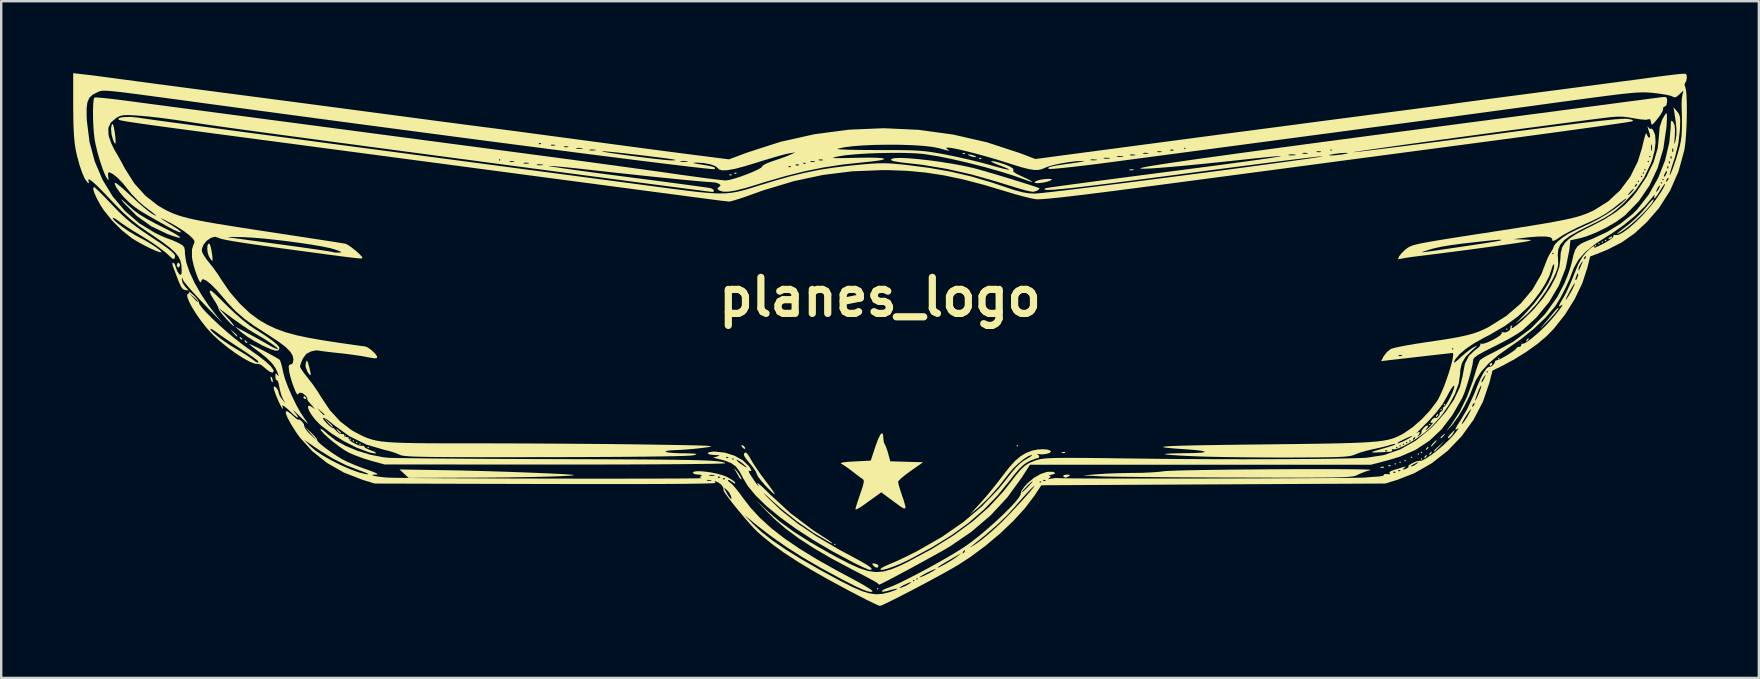
<source format=kicad_pcb>
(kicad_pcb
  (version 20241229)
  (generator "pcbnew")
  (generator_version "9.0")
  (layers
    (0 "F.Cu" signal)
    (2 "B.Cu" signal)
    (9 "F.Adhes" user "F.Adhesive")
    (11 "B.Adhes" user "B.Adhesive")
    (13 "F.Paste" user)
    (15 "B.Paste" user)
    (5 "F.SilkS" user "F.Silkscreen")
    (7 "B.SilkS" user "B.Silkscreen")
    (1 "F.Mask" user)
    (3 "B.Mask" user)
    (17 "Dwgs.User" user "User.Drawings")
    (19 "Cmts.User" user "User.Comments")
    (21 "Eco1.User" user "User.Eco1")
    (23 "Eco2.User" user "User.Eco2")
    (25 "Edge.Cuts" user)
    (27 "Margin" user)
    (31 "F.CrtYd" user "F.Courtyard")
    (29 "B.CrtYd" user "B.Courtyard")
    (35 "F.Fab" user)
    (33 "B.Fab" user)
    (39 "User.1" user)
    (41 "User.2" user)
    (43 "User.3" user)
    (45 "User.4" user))
  (footprint "planes_logo"
    (layer "F.Cu")
    (at 33.616 9.329)
    (property "Reference" "planes_logo" (at 0 0 0) (layer "F.SilkS") (effects (font (size 1.5 1.5) (thickness 0.3))))
    (attr board_only exclude_from_pos_files exclude_from_bom)
    (fp_poly (pts (xy -22.251 5.785) (xy -22.285 5.819) (xy -22.319 5.785) (xy -22.285 5.751)) (stroke (width 0) (type solid)) (fill yes) (layer "F.SilkS"))
    (fp_poly (pts (xy -22.045 5.922) (xy -22.08 5.956) (xy -22.114 5.922) (xy -22.08 5.888)) (stroke (width 0) (type solid)) (fill yes) (layer "F.SilkS"))
    (fp_poly (pts (xy -21.908 5.991) (xy -21.943 6.025) (xy -21.977 5.991) (xy -21.943 5.956)) (stroke (width 0) (type solid)) (fill yes) (layer "F.SilkS"))
    (fp_poly (pts (xy -21.771 6.059) (xy -21.806 6.093) (xy -21.84 6.059) (xy -21.806 6.025)) (stroke (width 0) (type solid)) (fill yes) (layer "F.SilkS"))
    (fp_poly (pts (xy -21.635 6.127) (xy -21.669 6.162) (xy -21.703 6.127) (xy -21.669 6.093)) (stroke (width 0) (type solid)) (fill yes) (layer "F.SilkS"))
    (fp_poly (pts (xy -21.292 6.264) (xy -21.326 6.299) (xy -21.361 6.264) (xy -21.326 6.23)) (stroke (width 0) (type solid)) (fill yes) (layer "F.SilkS"))
    (fp_poly (pts (xy -1.849 10.304) (xy -1.883 10.338) (xy -1.917 10.304) (xy -1.883 10.27)) (stroke (width 0) (type solid)) (fill yes) (layer "F.SilkS"))
    (fp_poly (pts (xy -0.068 12.152) (xy -0.103 12.187) (xy -0.137 12.152) (xy -0.103 12.118)) (stroke (width 0) (type solid)) (fill yes) (layer "F.SilkS"))
    (fp_poly (pts (xy 5.751 6.196) (xy 5.717 6.23) (xy 5.682 6.196) (xy 5.717 6.162)) (stroke (width 0) (type solid)) (fill yes) (layer "F.SilkS"))
    (fp_poly (pts (xy 21.498 6.949) (xy 21.463 6.983) (xy 21.429 6.949) (xy 21.463 6.915)) (stroke (width 0) (type solid)) (fill yes) (layer "F.SilkS"))
    (fp_poly (pts (xy 21.703 6.881) (xy 21.669 6.915) (xy 21.635 6.881) (xy 21.669 6.846)) (stroke (width 0) (type solid)) (fill yes) (layer "F.SilkS"))
    (fp_poly (pts (xy 21.908 6.812) (xy 21.874 6.846) (xy 21.84 6.812) (xy 21.874 6.778)) (stroke (width 0) (type solid)) (fill yes) (layer "F.SilkS"))
    (fp_poly (pts (xy 22.182 6.675) (xy 22.148 6.709) (xy 22.114 6.675) (xy 22.148 6.641)) (stroke (width 0) (type solid)) (fill yes) (layer "F.SilkS"))
    (fp_poly (pts (xy 22.456 6.538) (xy 22.422 6.573) (xy 22.388 6.538) (xy 22.422 6.504)) (stroke (width 0) (type solid)) (fill yes) (layer "F.SilkS"))
    (fp_poly (pts (xy 22.593 6.47) (xy 22.559 6.504) (xy 22.525 6.47) (xy 22.559 6.436)) (stroke (width 0) (type solid)) (fill yes) (layer "F.SilkS"))
    (fp_poly (pts (xy 22.593 6.744) (xy 22.559 6.778) (xy 22.525 6.744) (xy 22.559 6.709)) (stroke (width 0) (type solid)) (fill yes) (layer "F.SilkS"))
    (fp_poly (pts (xy 22.935 5.306) (xy 22.901 5.34) (xy 22.867 5.306) (xy 22.901 5.272)) (stroke (width 0) (type solid)) (fill yes) (layer "F.SilkS"))
    (fp_poly (pts (xy 23.415 4.69) (xy 23.38 4.724) (xy 23.346 4.69) (xy 23.38 4.656)) (stroke (width 0) (type solid)) (fill yes) (layer "F.SilkS"))
    (fp_poly (pts (xy 23.551 4.484) (xy 23.517 4.519) (xy 23.483 4.484) (xy 23.517 4.45)) (stroke (width 0) (type solid)) (fill yes) (layer "F.SilkS"))
    (fp_poly (pts (xy 25.811 2.567) (xy 25.777 2.602) (xy 25.742 2.567) (xy 25.777 2.533)) (stroke (width 0) (type solid)) (fill yes) (layer "F.SilkS"))
    (fp_poly (pts (xy 26.153 1.335) (xy 26.119 1.369) (xy 26.085 1.335) (xy 26.119 1.301)) (stroke (width 0) (type solid)) (fill yes) (layer "F.SilkS"))
    (fp_poly (pts (xy 29.85 -2.157) (xy 29.816 -2.122) (xy 29.782 -2.157) (xy 29.816 -2.191)) (stroke (width 0) (type solid)) (fill yes) (layer "F.SilkS"))
    (fp_poly (pts (xy 29.987 -2.225) (xy 29.953 -2.191) (xy 29.919 -2.225) (xy 29.953 -2.259)) (stroke (width 0) (type solid)) (fill yes) (layer "F.SilkS"))
    (fp_poly (pts (xy 30.124 -2.294) (xy 30.09 -2.259) (xy 30.056 -2.294) (xy 30.09 -2.328)) (stroke (width 0) (type solid)) (fill yes) (layer "F.SilkS"))
    (fp_poly (pts (xy 30.261 -2.362) (xy 30.227 -2.328) (xy 30.192 -2.362) (xy 30.227 -2.396)) (stroke (width 0) (type solid)) (fill yes) (layer "F.SilkS"))
    (fp_poly (pts (xy -6.185 -5.112) (xy -6.194 -5.071) (xy -6.23 -5.066) (xy -6.287 -5.091) (xy -6.276 -5.112) (xy -6.195 -5.12)) (stroke (width 0) (type solid)) (fill yes) (layer "F.SilkS"))
    (fp_poly (pts (xy -5.979 -5.18) (xy -5.989 -5.14) (xy -6.025 -5.135) (xy -6.081 -5.16) (xy -6.07 -5.18) (xy -5.989 -5.189)) (stroke (width 0) (type solid)) (fill yes) (layer "F.SilkS"))
    (fp_poly (pts (xy 3.537 -6.002) (xy 3.528 -5.961) (xy 3.492 -5.956) (xy 3.435 -5.981) (xy 3.446 -6.002) (xy 3.527 -6.01)) (stroke (width 0) (type solid)) (fill yes) (layer "F.SilkS"))
    (fp_poly (pts (xy 4.222 -5.797) (xy 4.213 -5.756) (xy 4.176 -5.751) (xy 4.12 -5.776) (xy 4.131 -5.797) (xy 4.212 -5.805)) (stroke (width 0) (type solid)) (fill yes) (layer "F.SilkS"))
    (fp_poly (pts (xy 7.718 6.463) (xy 7.697 6.494) (xy 7.628 6.499) (xy 7.555 6.482) (xy 7.587 6.457) (xy 7.694 6.449)) (stroke (width 0) (type solid)) (fill yes) (layer "F.SilkS"))
    (fp_poly (pts (xy 10.561 -5.317) (xy 10.569 -5.292) (xy 10.475 -5.283) (xy 10.378 -5.293) (xy 10.389 -5.317) (xy 10.53 -5.326)) (stroke (width 0) (type solid)) (fill yes) (layer "F.SilkS"))
    (fp_poly (pts (xy 21 7.079) (xy 20.979 7.11) (xy 20.91 7.115) (xy 20.837 7.098) (xy 20.869 7.073) (xy 20.976 7.065)) (stroke (width 0) (type solid)) (fill yes) (layer "F.SilkS"))
    (fp_poly (pts (xy 21.269 7.006) (xy 21.26 7.047) (xy 21.224 7.052) (xy 21.167 7.027) (xy 21.178 7.006) (xy 21.259 6.998)) (stroke (width 0) (type solid)) (fill yes) (layer "F.SilkS"))
    (fp_poly (pts (xy -26.923 1.465) (xy -26.794 1.587) (xy -26.775 1.64) (xy -26.793 1.643) (xy -26.849 1.597) (xy -26.947 1.489) (xy -27.077 1.335)) (stroke (width 0) (type solid)) (fill yes) (layer "F.SilkS"))
    (fp_poly (pts (xy -26.643 1.671) (xy -26.569 1.74) (xy -26.585 1.779) (xy -26.594 1.78) (xy -26.652 1.731) (xy -26.673 1.701) (xy -26.681 1.654)) (stroke (width 0) (type solid)) (fill yes) (layer "F.SilkS"))
    (fp_poly (pts (xy -26.438 1.808) (xy -26.364 1.877) (xy -26.379 1.916) (xy -26.389 1.917) (xy -26.447 1.868) (xy -26.468 1.838) (xy -26.476 1.791)) (stroke (width 0) (type solid)) (fill yes) (layer "F.SilkS"))
    (fp_poly (pts (xy -25.342 3.342) (xy -25.312 3.42) (xy -25.298 3.54) (xy -25.33 3.544) (xy -25.376 3.454) (xy -25.394 3.345) (xy -25.383 3.315)) (stroke (width 0) (type solid)) (fill yes) (layer "F.SilkS"))
    (fp_poly (pts (xy -5.675 6.203) (xy -5.619 6.284) (xy -5.624 6.331) (xy -5.683 6.307) (xy -5.737 6.258) (xy -5.78 6.18) (xy -5.758 6.162)) (stroke (width 0) (type solid)) (fill yes) (layer "F.SilkS"))
    (fp_poly (pts (xy 30.502 -2.52) (xy 30.482 -2.469) (xy 30.418 -2.435) (xy 30.338 -2.414) (xy 30.371 -2.464) (xy 30.38 -2.473) (xy 30.469 -2.527)) (stroke (width 0) (type solid)) (fill yes) (layer "F.SilkS"))
    (fp_poly (pts (xy -29.173 -1.382) (xy -29.165 -1.335) (xy -29.202 -1.244) (xy -29.234 -1.232) (xy -29.295 -1.288) (xy -29.302 -1.335) (xy -29.265 -1.426) (xy -29.234 -1.438)) (stroke (width 0) (type solid)) (fill yes) (layer "F.SilkS"))
    (fp_poly (pts (xy -23.962 4.142) (xy -23.897 4.204) (xy -23.894 4.215) (xy -23.947 4.244) (xy -23.962 4.245) (xy -24.028 4.192) (xy -24.031 4.172) (xy -23.989 4.131)) (stroke (width 0) (type solid)) (fill yes) (layer "F.SilkS"))
    (fp_poly (pts (xy -22.987 5.198) (xy -22.844 5.332) (xy -22.799 5.397) (xy -22.821 5.409) (xy -22.876 5.363) (xy -22.983 5.249) (xy -23.009 5.22) (xy -23.175 5.032)) (stroke (width 0) (type solid)) (fill yes) (layer "F.SilkS"))
    (fp_poly (pts (xy -22.625 5.499) (xy -22.576 5.537) (xy -22.481 5.621) (xy -22.456 5.657) (xy -22.489 5.677) (xy -22.58 5.589) (xy -22.602 5.563) (xy -22.661 5.482)) (stroke (width 0) (type solid)) (fill yes) (layer "F.SilkS"))
    (fp_poly (pts (xy -0.217 11.102) (xy -0.095 11.146) (xy -0.061 11.192) (xy -0.099 11.271) (xy -0.195 11.259) (xy -0.277 11.19) (xy -0.33 11.108) (xy -0.273 11.094)) (stroke (width 0) (type solid)) (fill yes) (layer "F.SilkS"))
    (fp_poly (pts (xy 3.844 -5.92) (xy 3.937 -5.888) (xy 4.011 -5.843) (xy 3.971 -5.829) (xy 3.824 -5.855) (xy 3.731 -5.888) (xy 3.657 -5.933) (xy 3.697 -5.947)) (stroke (width 0) (type solid)) (fill yes) (layer "F.SilkS"))
    (fp_poly (pts (xy 7.905 7.405) (xy 7.904 7.44) (xy 7.873 7.463) (xy 7.736 7.526) (xy 7.65 7.487) (xy 7.634 7.463) (xy 7.659 7.413) (xy 7.784 7.395)) (stroke (width 0) (type solid)) (fill yes) (layer "F.SilkS"))
    (fp_poly (pts (xy 22.777 6.617) (xy 22.764 6.641) (xy 22.7 6.706) (xy 22.688 6.709) (xy 22.683 6.665) (xy 22.696 6.641) (xy 22.76 6.576) (xy 22.772 6.573)) (stroke (width 0) (type solid)) (fill yes) (layer "F.SilkS"))
    (fp_poly (pts (xy 22.845 6.274) (xy 22.833 6.299) (xy 22.768 6.364) (xy 22.756 6.367) (xy 22.751 6.323) (xy 22.764 6.299) (xy 22.829 6.233) (xy 22.841 6.23)) (stroke (width 0) (type solid)) (fill yes) (layer "F.SilkS"))
    (fp_poly (pts (xy 22.982 6.48) (xy 22.97 6.504) (xy 22.905 6.569) (xy 22.893 6.573) (xy 22.888 6.528) (xy 22.901 6.504) (xy 22.966 6.439) (xy 22.978 6.436)) (stroke (width 0) (type solid)) (fill yes) (layer "F.SilkS"))
    (fp_poly (pts (xy 23.182 5.999) (xy 23.106 6.093) (xy 23.004 6.195) (xy 22.948 6.23) (xy 22.962 6.187) (xy 23.038 6.093) (xy 23.141 5.992) (xy 23.196 5.956)) (stroke (width 0) (type solid)) (fill yes) (layer "F.SilkS"))
    (fp_poly (pts (xy 23.256 4.905) (xy 23.243 4.929) (xy 23.179 4.995) (xy 23.167 4.998) (xy 23.162 4.954) (xy 23.175 4.929) (xy 23.239 4.864) (xy 23.251 4.861)) (stroke (width 0) (type solid)) (fill yes) (layer "F.SilkS"))
    (fp_poly (pts (xy 23.53 5.718) (xy 23.492 5.768) (xy 23.392 5.874) (xy 23.347 5.874) (xy 23.346 5.862) (xy 23.393 5.805) (xy 23.466 5.742) (xy 23.547 5.683)) (stroke (width 0) (type solid)) (fill yes) (layer "F.SilkS"))
    (fp_poly (pts (xy 25.513 2.78) (xy 25.503 2.807) (xy 25.441 2.872) (xy 25.43 2.875) (xy 25.401 2.823) (xy 25.4 2.807) (xy 25.453 2.741) (xy 25.473 2.739)) (stroke (width 0) (type solid)) (fill yes) (layer "F.SilkS"))
    (fp_poly (pts (xy 27.022 1.756) (xy 27.009 1.78) (xy 26.944 1.845) (xy 26.932 1.849) (xy 26.928 1.804) (xy 26.94 1.78) (xy 27.005 1.715) (xy 27.017 1.712)) (stroke (width 0) (type solid)) (fill yes) (layer "F.SilkS"))
    (fp_poly (pts (xy 23.316 6.213) (xy 23.17 6.369) (xy 23.094 6.431) (xy 23.072 6.415) (xy 23.072 6.414) (xy 23.118 6.36) (xy 23.234 6.248) (xy 23.295 6.192) (xy 23.517 5.991)) (stroke (width 0) (type solid)) (fill yes) (layer "F.SilkS"))
    (fp_poly (pts (xy -23.825 2.762) (xy -23.785 2.907) (xy -23.729 3.141) (xy -23.72 3.25) (xy -23.76 3.241) (xy -23.851 3.119) (xy -23.856 3.111) (xy -23.939 2.888) (xy -23.925 2.749) (xy -23.893 2.655) (xy -23.864 2.654)) (stroke (width 0) (type solid)) (fill yes) (layer "F.SilkS"))
    (fp_poly (pts (xy -5.993 7.223) (xy -5.879 7.373) (xy -5.798 7.508) (xy -5.769 7.59) (xy -5.779 7.599) (xy -5.838 7.55) (xy -5.862 7.514) (xy -5.932 7.392) (xy -6.01 7.257) (xy -6.073 7.144) (xy -6.063 7.141)) (stroke (width 0) (type solid)) (fill yes) (layer "F.SilkS"))
    (fp_poly (pts (xy 23.926 5.595) (xy 23.855 5.713) (xy 23.853 5.717) (xy 23.751 5.839) (xy 23.669 5.888) (xy 23.661 5.846) (xy 23.734 5.742) (xy 23.757 5.717) (xy 23.871 5.602) (xy 23.938 5.546) (xy 23.942 5.546)) (stroke (width 0) (type solid)) (fill yes) (layer "F.SilkS"))
    (fp_poly (pts (xy 7.156 -4.916) (xy 7.143 -4.88) (xy 7.12 -4.867) (xy 6.98 -4.812) (xy 6.796 -4.771) (xy 6.614 -4.749) (xy 6.479 -4.752) (xy 6.436 -4.778) (xy 6.497 -4.835) (xy 6.654 -4.886) (xy 6.866 -4.919) (xy 7.043 -4.927)) (stroke (width 0) (type solid)) (fill yes) (layer "F.SilkS"))
    (fp_poly (pts (xy -31.95 -7.173) (xy -31.915 -7.035) (xy -31.882 -6.845) (xy -31.858 -6.646) (xy -31.848 -6.48) (xy -31.859 -6.39) (xy -31.862 -6.387) (xy -31.899 -6.425) (xy -31.955 -6.554) (xy -31.965 -6.579) (xy -32.022 -6.807) (xy -32.039 -7.02) (xy -32.014 -7.173) (xy -31.982 -7.217)) (stroke (width 0) (type solid)) (fill yes) (layer "F.SilkS"))
    (fp_poly (pts (xy -27.932 -2.213) (xy -27.895 -2.123) (xy -27.858 -1.961) (xy -27.827 -1.775) (xy -27.811 -1.61) (xy -27.816 -1.515) (xy -27.825 -1.506) (xy -27.877 -1.56) (xy -27.958 -1.693) (xy -27.967 -1.711) (xy -28.014 -1.855) (xy -28.031 -2.016) (xy -28.02 -2.153) (xy -27.984 -2.229)) (stroke (width 0) (type solid)) (fill yes) (layer "F.SilkS"))
    (fp_poly (pts (xy 28.275 0.457) (xy 28.23 0.537) (xy 28.108 0.689) (xy 27.929 0.888) (xy 27.779 1.045) (xy 27.611 1.215) (xy 27.52 1.302) (xy 27.511 1.3) (xy 27.592 1.206) (xy 27.592 1.205) (xy 27.787 0.981) (xy 27.974 0.758) (xy 28.088 0.616) (xy 28.198 0.491) (xy 28.265 0.444)) (stroke (width 0) (type solid)) (fill yes) (layer "F.SilkS"))
    (fp_poly (pts (xy -31.543 -4.023) (xy -31.405 -3.899) (xy -31.313 -3.812) (xy -31.095 -3.62) (xy -30.853 -3.442) (xy -30.557 -3.261) (xy -30.178 -3.058) (xy -29.946 -2.941) (xy -29.578 -2.752) (xy -29.322 -2.61) (xy -29.182 -2.517) (xy -29.159 -2.474) (xy -29.254 -2.484) (xy -29.47 -2.55) (xy -29.694 -2.63) (xy -30.356 -2.947) (xy -30.963 -3.379) (xy -31.491 -3.909) (xy -31.596 -4.039) (xy -31.612 -4.074)) (stroke (width 0) (type solid)) (fill yes) (layer "F.SilkS"))
    (fp_poly (pts (xy 32.231 -4.077) (xy 32.218 -4.001) (xy 32.12 -3.857) (xy 31.956 -3.666) (xy 31.746 -3.447) (xy 31.512 -3.222) (xy 31.271 -3.01) (xy 31.045 -2.832) (xy 30.865 -2.712) (xy 30.739 -2.645) (xy 30.696 -2.635) (xy 30.706 -2.647) (xy 30.792 -2.718) (xy 30.954 -2.845) (xy 31.158 -3) (xy 31.173 -3.011) (xy 31.434 -3.233) (xy 31.705 -3.501) (xy 31.886 -3.71) (xy 32.04 -3.898) (xy 32.161 -4.029) (xy 32.227 -4.079)) (stroke (width 0) (type solid)) (fill yes) (layer "F.SilkS"))
    (fp_poly (pts (xy -5.551 6.502) (xy -5.457 6.627) (xy -5.404 6.724) (xy -5.293 6.914) (xy -5.128 7.166) (xy -4.936 7.437) (xy -4.865 7.531) (xy -4.619 7.859) (xy -4.459 8.083) (xy -4.387 8.202) (xy -4.4 8.218) (xy -4.501 8.131) (xy -4.687 7.943) (xy -4.783 7.843) (xy -4.953 7.649) (xy -5.079 7.483) (xy -5.134 7.376) (xy -5.135 7.368) (xy -5.177 7.264) (xy -5.287 7.1) (xy -5.409 6.949) (xy -5.579 6.742) (xy -5.663 6.609) (xy -5.67 6.525) (xy -5.617 6.471)) (stroke (width 0) (type solid)) (fill yes) (layer "F.SilkS"))
    (fp_poly (pts (xy -18.037 7.213) (xy -17.476 7.223) (xy -16.862 7.238) (xy -16.219 7.257) (xy -15.568 7.277) (xy -14.932 7.3) (xy -14.333 7.323) (xy -13.792 7.346) (xy -13.332 7.369) (xy -12.976 7.39) (xy -12.837 7.401) (xy -12.751 7.414) (xy -12.79 7.428) (xy -12.942 7.441) (xy -13.197 7.455) (xy -13.542 7.469) (xy -13.967 7.482) (xy -14.458 7.493) (xy -15.005 7.503) (xy -15.596 7.512) (xy -16.22 7.518) (xy -16.865 7.522) (xy -16.924 7.522) (xy -19.642 7.531) (xy -19.831 7.356) (xy -20.02 7.181)) (stroke (width 0) (type solid)) (fill yes) (layer "F.SilkS"))
    (fp_poly (pts (xy 1.193 -5.784) (xy 1.593 -5.75) (xy 2.04 -5.7) (xy 2.511 -5.636) (xy 2.984 -5.56) (xy 3.437 -5.477) (xy 3.848 -5.387) (xy 4.051 -5.335) (xy 4.299 -5.265) (xy 4.613 -5.174) (xy 4.968 -5.068) (xy 5.341 -4.955) (xy 5.707 -4.842) (xy 6.044 -4.737) (xy 6.326 -4.647) (xy 6.53 -4.58) (xy 6.632 -4.542) (xy 6.639 -4.538) (xy 6.626 -4.488) (xy 6.533 -4.43) (xy 6.413 -4.392) (xy 6.367 -4.39) (xy 6.228 -4.41) (xy 6.059 -4.448) (xy 5.923 -4.487) (xy 5.684 -4.558) (xy 5.373 -4.653) (xy 5.017 -4.763) (xy 4.843 -4.817) (xy 3.816 -5.109) (xy 2.793 -5.341) (xy 1.818 -5.504) (xy 1.472 -5.546) (xy 1.054 -5.592) (xy 0.759 -5.63) (xy 0.57 -5.664) (xy 0.474 -5.696) (xy 0.456 -5.73) (xy 0.487 -5.76) (xy 0.617 -5.792) (xy 0.86 -5.799)) (stroke (width 0) (type solid)) (fill yes) (layer "F.SilkS"))
    (fp_poly (pts (xy 0.126 5.726) (xy 0.137 5.878) (xy 0.157 6.041) (xy 0.195 6.131) (xy 0.246 6.232) (xy 0.31 6.414) (xy 0.34 6.519) (xy 0.427 6.842) (xy 1.111 6.861) (xy 1.794 6.881) (xy 1.273 7.244) (xy 1.046 7.412) (xy 0.868 7.559) (xy 0.767 7.665) (xy 0.753 7.695) (xy 0.774 7.805) (xy 0.828 7.996) (xy 0.879 8.154) (xy 0.992 8.486) (xy 1.053 8.699) (xy 1.055 8.802) (xy 0.989 8.805) (xy 0.847 8.72) (xy 0.621 8.554) (xy 0.576 8.522) (xy 0.052 8.134) (xy -0.128 8.263) (xy -0.281 8.373) (xy -0.493 8.526) (xy -0.668 8.652) (xy -0.849 8.774) (xy -0.978 8.842) (xy -1.027 8.843) (xy -1.005 8.75) (xy -0.948 8.563) (xy -0.864 8.315) (xy -0.826 8.204) (xy -0.73 7.92) (xy -0.682 7.737) (xy -0.679 7.633) (xy -0.716 7.583) (xy -0.716 7.583) (xy -0.818 7.515) (xy -0.985 7.39) (xy -1.14 7.27) (xy -1.341 7.119) (xy -1.518 6.998) (xy -1.609 6.946) (xy -1.634 6.914) (xy -1.55 6.887) (xy -1.347 6.865) (xy -1.067 6.847) (xy -0.387 6.812) (xy -0.188 6.213) (xy -0.076 5.909) (xy 0.016 5.725) (xy 0.084 5.662)) (stroke (width 0) (type solid)) (fill yes) (layer "F.SilkS"))
    (fp_poly (pts (xy -32.685 -4.538) (xy -32.545 -4.408) (xy -32.349 -4.212) (xy -32.115 -3.969) (xy -32.018 -3.867) (xy -31.718 -3.556) (xy -31.444 -3.297) (xy -31.161 -3.061) (xy -30.833 -2.82) (xy -30.426 -2.544) (xy -30.358 -2.499) (xy -29.967 -2.237) (xy -29.683 -2.035) (xy -29.497 -1.884) (xy -29.397 -1.777) (xy -29.371 -1.712) (xy -29.399 -1.594) (xy -29.481 -1.601) (xy -29.55 -1.663) (xy -29.767 -1.861) (xy -30.078 -2.099) (xy -30.456 -2.355) (xy -30.826 -2.584) (xy -31.119 -2.761) (xy -31.398 -2.939) (xy -31.622 -3.092) (xy -31.705 -3.154) (xy -31.856 -3.261) (xy -31.953 -3.306) (xy -31.973 -3.294) (xy -31.918 -3.21) (xy -31.771 -3.078) (xy -31.56 -2.918) (xy -31.312 -2.749) (xy -31.054 -2.592) (xy -30.877 -2.497) (xy -30.614 -2.357) (xy -30.364 -2.208) (xy -30.152 -2.068) (xy -30.003 -1.953) (xy -29.942 -1.88) (xy -29.945 -1.868) (xy -30.024 -1.875) (xy -30.191 -1.937) (xy -30.416 -2.038) (xy -30.67 -2.165) (xy -30.922 -2.302) (xy -31.142 -2.436) (xy -31.19 -2.468) (xy -31.602 -2.796) (xy -31.999 -3.194) (xy -32.337 -3.613) (xy -32.479 -3.832) (xy -32.64 -4.127) (xy -32.744 -4.363) (xy -32.786 -4.522) (xy -32.757 -4.586) (xy -32.75 -4.586)) (stroke (width 0) (type solid)) (fill yes) (layer "F.SilkS"))
    (fp_poly (pts (xy 18.916 7.167) (xy 19.396 7.17) (xy 19.802 7.174) (xy 20.121 7.18) (xy 20.339 7.187) (xy 20.443 7.196) (xy 20.438 7.205) (xy 20.215 7.271) (xy 19.971 7.37) (xy 19.925 7.393) (xy 19.87 7.42) (xy 19.809 7.442) (xy 19.733 7.462) (xy 19.632 7.478) (xy 19.495 7.491) (xy 19.313 7.502) (xy 19.077 7.51) (xy 18.775 7.516) (xy 18.398 7.52) (xy 17.937 7.522) (xy 17.381 7.523) (xy 16.721 7.522) (xy 15.946 7.521) (xy 15.047 7.518) (xy 14.774 7.518) (xy 13.947 7.515) (xy 13.143 7.511) (xy 12.376 7.507) (xy 11.66 7.502) (xy 11.006 7.496) (xy 10.428 7.49) (xy 9.939 7.484) (xy 9.553 7.477) (xy 9.282 7.47) (xy 9.174 7.466) (xy 8.455 7.428) (xy 9.099 7.377) (xy 9.447 7.355) (xy 9.87 7.338) (xy 10.303 7.328) (xy 10.565 7.326) (xy 10.937 7.32) (xy 11.305 7.303) (xy 11.621 7.28) (xy 11.804 7.257) (xy 11.936 7.245) (xy 12.179 7.234) (xy 12.519 7.223) (xy 12.944 7.213) (xy 13.439 7.204) (xy 13.992 7.196) (xy 14.59 7.188) (xy 15.219 7.182) (xy 15.867 7.176) (xy 16.519 7.172) (xy 17.164 7.168) (xy 17.787 7.167) (xy 18.375 7.166)) (stroke (width 0) (type solid)) (fill yes) (layer "F.SilkS"))
    (fp_poly (pts (xy -27.817 -0.227) (xy -27.677 -0.101) (xy -27.481 0.087) (xy -27.249 0.319) (xy -27.208 0.36) (xy -26.899 0.657) (xy -26.571 0.942) (xy -26.265 1.181) (xy -26.09 1.301) (xy -25.65 1.582) (xy -25.329 1.806) (xy -25.124 1.976) (xy -25.03 2.094) (xy -25.023 2.125) (xy -25.059 2.215) (xy -25.174 2.232) (xy -25.377 2.174) (xy -25.678 2.04) (xy -25.781 1.989) (xy -26.069 1.831) (xy -26.346 1.658) (xy -26.562 1.502) (xy -26.598 1.472) (xy -26.872 1.229) (xy -26.393 1.481) (xy -26.091 1.644) (xy -25.77 1.823) (xy -25.516 1.969) (xy -25.311 2.083) (xy -25.155 2.155) (xy -25.082 2.169) (xy -25.081 2.169) (xy -25.116 2.116) (xy -25.249 2.01) (xy -25.461 1.865) (xy -25.731 1.695) (xy -26.039 1.514) (xy -26.092 1.484) (xy -26.287 1.364) (xy -26.548 1.19) (xy -26.833 0.99) (xy -26.982 0.882) (xy -27.557 0.458) (xy -27.231 0.808) (xy -27.07 0.989) (xy -26.955 1.134) (xy -26.909 1.211) (xy -26.909 1.212) (xy -26.952 1.193) (xy -27.064 1.091) (xy -27.22 0.928) (xy -27.249 0.897) (xy -27.409 0.712) (xy -27.52 0.566) (xy -27.56 0.487) (xy -27.559 0.483) (xy -27.579 0.407) (xy -27.658 0.258) (xy -27.733 0.141) (xy -27.873 -0.084) (xy -27.929 -0.217) (xy -27.904 -0.271) (xy -27.882 -0.274)) (stroke (width 0) (type solid)) (fill yes) (layer "F.SilkS"))
    (fp_poly (pts (xy -23.248 5.513) (xy -23.119 5.612) (xy -22.985 5.735) (xy -22.672 5.977) (xy -22.256 6.204) (xy -21.773 6.404) (xy -21.255 6.562) (xy -20.737 6.666) (xy -20.505 6.693) (xy -20.367 6.698) (xy -20.104 6.704) (xy -19.723 6.71) (xy -19.238 6.716) (xy -18.657 6.722) (xy -17.99 6.728) (xy -17.25 6.733) (xy -16.445 6.738) (xy -15.586 6.742) (xy -14.684 6.746) (xy -13.749 6.749) (xy -13.567 6.75) (xy -12.435 6.753) (xy -11.433 6.757) (xy -10.551 6.761) (xy -9.782 6.765) (xy -9.117 6.771) (xy -8.55 6.777) (xy -8.07 6.785) (xy -7.672 6.793) (xy -7.345 6.804) (xy -7.083 6.816) (xy -6.877 6.83) (xy -6.72 6.846) (xy -6.602 6.865) (xy -6.517 6.886) (xy -6.455 6.91) (xy -6.436 6.92) (xy -6.488 6.929) (xy -6.669 6.936) (xy -6.97 6.944) (xy -7.384 6.95) (xy -7.901 6.956) (xy -8.513 6.962) (xy -9.213 6.966) (xy -9.991 6.97) (xy -10.839 6.973) (xy -11.75 6.975) (xy -12.715 6.976) (xy -13.487 6.976) (xy -20.642 6.973) (xy -21.193 6.822) (xy -21.517 6.722) (xy -21.85 6.601) (xy -22.124 6.485) (xy -22.137 6.478) (xy -22.326 6.369) (xy -22.548 6.215) (xy -22.779 6.038) (xy -22.995 5.857) (xy -23.172 5.692) (xy -23.287 5.563) (xy -23.314 5.492) (xy -23.313 5.489)) (stroke (width 0) (type solid)) (fill yes) (layer "F.SilkS"))
    (fp_poly (pts (xy 6.984 6.354) (xy 7.101 6.4) (xy 7.12 6.436) (xy 7.061 6.494) (xy 6.917 6.537) (xy 6.744 6.554) (xy 6.618 6.542) (xy 6.536 6.528) (xy 6.555 6.545) (xy 6.633 6.619) (xy 6.619 6.692) (xy 6.56 6.709) (xy 6.454 6.738) (xy 6.278 6.809) (xy 6.185 6.852) (xy 6.005 6.965) (xy 5.811 7.144) (xy 5.583 7.409) (xy 5.419 7.622) (xy 4.892 8.269) (xy 4.324 8.857) (xy 3.696 9.401) (xy 2.989 9.914) (xy 2.185 10.412) (xy 1.267 10.908) (xy 1.13 10.977) (xy 0.847 11.11) (xy 0.574 11.221) (xy 0.333 11.306) (xy 0.146 11.356) (xy 0.033 11.366) (xy 0.018 11.329) (xy 0.034 11.31) (xy 0.132 11.247) (xy 0.314 11.16) (xy 0.479 11.091) (xy 0.697 10.998) (xy 0.992 10.86) (xy 1.322 10.697) (xy 1.575 10.567) (xy 2.58 9.991) (xy 3.465 9.378) (xy 4.244 8.718) (xy 4.932 7.999) (xy 5.257 7.599) (xy 5.489 7.304) (xy 5.669 7.093) (xy 5.823 6.942) (xy 5.979 6.823) (xy 6.165 6.71) (xy 6.192 6.695) (xy 6.31 6.619) (xy 6.337 6.578) (xy 6.328 6.575) (xy 6.19 6.62) (xy 5.995 6.743) (xy 5.773 6.921) (xy 5.557 7.128) (xy 5.377 7.338) (xy 4.932 7.904) (xy 4.51 8.378) (xy 4.127 8.743) (xy 4.086 8.777) (xy 3.731 9.069) (xy 4.169 8.595) (xy 4.403 8.329) (xy 4.675 8.002) (xy 4.942 7.665) (xy 5.078 7.486) (xy 5.373 7.106) (xy 5.625 6.826) (xy 5.858 6.627) (xy 6.093 6.489) (xy 6.343 6.395) (xy 6.565 6.35) (xy 6.792 6.337)) (stroke (width 0) (type solid)) (fill yes) (layer "F.SilkS"))
    (fp_poly (pts (xy -26.235 1.968) (xy -26.09 2.032) (xy -25.886 2.132) (xy -25.651 2.252) (xy -25.416 2.377) (xy -25.21 2.491) (xy -25.064 2.578) (xy -25.008 2.62) (xy -24.963 2.729) (xy -24.91 2.927) (xy -24.87 3.122) (xy -24.797 3.392) (xy -24.669 3.738) (xy -24.504 4.118) (xy -24.321 4.494) (xy -24.137 4.825) (xy -23.987 5.049) (xy -23.887 5.187) (xy -23.84 5.265) (xy -23.84 5.272) (xy -23.896 5.228) (xy -24.024 5.112) (xy -24.199 4.947) (xy -24.235 4.912) (xy -24.382 4.774) (xy -24.454 4.714) (xy -24.441 4.739) (xy -24.41 4.775) (xy -24.278 4.938) (xy -24.243 5.017) (xy -24.294 5.009) (xy -24.418 4.914) (xy -24.545 4.791) (xy -24.707 4.639) (xy -24.833 4.542) (xy -24.905 4.511) (xy -24.902 4.56) (xy -24.887 4.587) (xy -24.872 4.651) (xy -24.883 4.656) (xy -24.931 4.598) (xy -25.009 4.451) (xy -25.098 4.256) (xy -25.182 4.052) (xy -25.242 3.879) (xy -25.263 3.783) (xy -25.244 3.717) (xy -25.168 3.76) (xy -25.16 3.765) (xy -25.073 3.896) (xy -25.058 3.972) (xy -25.015 4.108) (xy -24.917 4.254) (xy -24.776 4.416) (xy -24.877 4.245) (xy -24.949 4.071) (xy -25.01 3.837) (xy -25.026 3.749) (xy -25.064 3.569) (xy -25.11 3.469) (xy -25.134 3.462) (xy -25.177 3.432) (xy -25.194 3.307) (xy -25.183 3.186) (xy -25.148 3.187) (xy -25.126 3.218) (xy -25.069 3.29) (xy -25.062 3.259) (xy -25.1 3.147) (xy -25.178 2.976) (xy -25.192 2.95) (xy -25.339 2.747) (xy -25.581 2.511) (xy -25.808 2.33) (xy -26.023 2.169) (xy -26.189 2.041) (xy -26.28 1.966) (xy -26.29 1.955)) (stroke (width 0) (type solid)) (fill yes) (layer "F.SilkS"))
    (fp_poly (pts (xy -28.689 -0.159) (xy -28.597 -0.075) (xy -28.461 0.069) (xy -28.387 0.178) (xy -28.382 0.212) (xy -28.359 0.296) (xy -28.245 0.45) (xy -28.057 0.657) (xy -27.811 0.903) (xy -27.526 1.171) (xy -27.216 1.446) (xy -26.899 1.713) (xy -26.591 1.954) (xy -26.354 2.125) (xy -25.918 2.434) (xy -25.597 2.684) (xy -25.386 2.879) (xy -25.28 3.025) (xy -25.263 3.09) (xy -25.306 3.147) (xy -25.418 3.113) (xy -25.576 3) (xy -25.633 2.946) (xy -25.778 2.831) (xy -25.894 2.781) (xy -25.918 2.784) (xy -26.054 2.774) (xy -26.271 2.687) (xy -26.545 2.536) (xy -26.855 2.335) (xy -27.18 2.098) (xy -27.497 1.841) (xy -27.786 1.577) (xy -27.849 1.514) (xy -28.024 1.319) (xy -27.905 1.319) (xy -27.882 1.383) (xy -27.764 1.502) (xy -27.574 1.658) (xy -27.334 1.835) (xy -27.065 2.014) (xy -26.839 2.152) (xy -26.579 2.307) (xy -26.347 2.454) (xy -26.182 2.569) (xy -26.153 2.591) (xy -26.007 2.698) (xy -25.915 2.735) (xy -25.901 2.696) (xy -25.917 2.664) (xy -25.99 2.599) (xy -26.154 2.479) (xy -26.386 2.32) (xy -26.657 2.141) (xy -26.958 1.944) (xy -27.243 1.752) (xy -27.478 1.588) (xy -27.611 1.489) (xy -27.768 1.377) (xy -27.878 1.319) (xy -27.905 1.319) (xy -28.024 1.319) (xy -28.074 1.263) (xy -28.292 0.986) (xy -28.492 0.701) (xy -28.661 0.429) (xy -28.787 0.19) (xy -28.859 0.003) (xy -28.866 -0.111) (xy -28.824 -0.137) (xy -28.791 -0.171) (xy -28.789 -0.171) (xy -28.623 0.017) (xy -28.489 0.16) (xy -28.424 0.205) (xy -28.412 0.183) (xy -28.458 0.128) (xy -28.572 0.021) (xy -28.601 -0.005) (xy -28.789 -0.171) (xy -28.791 -0.171) (xy -28.781 -0.182) (xy -28.795 -0.223) (xy -28.78 -0.23)) (stroke (width 0) (type solid)) (fill yes) (layer "F.SilkS"))
    (fp_poly (pts (xy -6.463 6.481) (xy -6.06 6.608) (xy -5.715 6.801) (xy -5.461 7.045) (xy -5.395 7.148) (xy -5.358 7.241) (xy -5.41 7.245) (xy -5.43 7.237) (xy -5.477 7.244) (xy -5.441 7.338) (xy -5.372 7.449) (xy -5.238 7.651) (xy -5.133 7.798) (xy -5.068 7.877) (xy -5.057 7.872) (xy -5.11 7.771) (xy -5.109 7.741) (xy -5.027 7.799) (xy -4.877 7.933) (xy -4.672 8.132) (xy -4.582 8.222) (xy -3.732 9.002) (xy -2.804 9.702) (xy -2.395 9.968) (xy -2.18 10.105) (xy -2.039 10.204) (xy -1.982 10.256) (xy -2.019 10.252) (xy -2.139 10.193) (xy -2.779 9.816) (xy -3.446 9.353) (xy -4.098 8.834) (xy -4.519 8.46) (xy -4.722 8.271) (xy -4.83 8.175) (xy -4.845 8.171) (xy -4.77 8.257) (xy -4.69 8.343) (xy -4.115 8.893) (xy -3.43 9.437) (xy -2.627 9.979) (xy -1.698 10.524) (xy -1.185 10.799) (xy -0.797 11.008) (xy -0.529 11.166) (xy -0.379 11.276) (xy -0.342 11.341) (xy -0.414 11.365) (xy -0.428 11.365) (xy -0.522 11.335) (xy -0.707 11.255) (xy -0.952 11.138) (xy -1.13 11.049) (xy -1.997 10.584) (xy -2.8 10.11) (xy -3.529 9.634) (xy -4.174 9.165) (xy -4.726 8.71) (xy -5.174 8.275) (xy -5.51 7.869) (xy -5.697 7.556) (xy -5.852 7.262) (xy -6.006 7.059) (xy -6.195 6.92) (xy -6.456 6.816) (xy -6.728 6.744) (xy -6.162 6.744) (xy -6.127 6.778) (xy -5.97 6.778) (xy -5.968 6.812) (xy -5.875 6.897) (xy -5.812 6.943) (xy -5.633 7.065) (xy -5.553 7.105) (xy -5.577 7.065) (xy -5.703 6.947) (xy -5.848 6.836) (xy -5.958 6.78) (xy -5.97 6.778) (xy -6.127 6.778) (xy -6.093 6.744) (xy -6.127 6.709) (xy -6.162 6.744) (xy -6.728 6.744) (xy -6.744 6.739) (xy -6.949 6.69) (xy -6.863 6.664) (xy -6.413 6.664) (xy -6.403 6.704) (xy -6.367 6.709) (xy -6.311 6.684) (xy -6.321 6.664) (xy -6.403 6.656) (xy -6.413 6.664) (xy -6.863 6.664) (xy -6.778 6.638) (xy -6.693 6.606) (xy -6.72 6.588) (xy -6.871 6.58) (xy -6.898 6.579) (xy -7.105 6.555) (xy -7.182 6.51) (xy -7.13 6.463) (xy -6.951 6.437) (xy -6.893 6.436)) (stroke (width 0) (type solid)) (fill yes) (layer "F.SilkS"))
    (fp_poly (pts (xy 32.784 -7.605) (xy 32.786 -7.436) (xy 32.774 -7.193) (xy 32.765 -7.069) (xy 32.637 -6.191) (xy 32.4 -5.381) (xy 32.057 -4.647) (xy 31.612 -3.996) (xy 31.069 -3.436) (xy 30.98 -3.36) (xy 30.656 -3.129) (xy 30.259 -2.898) (xy 29.835 -2.691) (xy 29.431 -2.531) (xy 29.149 -2.451) (xy 28.765 -2.37) (xy 28.718 -1.955) (xy 28.565 -1.201) (xy 28.281 -0.476) (xy 27.873 0.211) (xy 27.346 0.851) (xy 26.765 1.385) (xy 26.585 1.511) (xy 26.314 1.673) (xy 25.988 1.853) (xy 25.64 2.031) (xy 25.584 2.058) (xy 25.196 2.252) (xy 24.928 2.402) (xy 24.77 2.514) (xy 24.716 2.591) (xy 24.715 2.595) (xy 24.693 2.772) (xy 24.635 3.037) (xy 24.552 3.351) (xy 24.455 3.673) (xy 24.357 3.962) (xy 24.267 4.18) (xy 24.258 4.199) (xy 23.85 4.911) (xy 23.401 5.501) (xy 22.897 5.979) (xy 22.325 6.356) (xy 21.673 6.644) (xy 21.199 6.789) (xy 20.456 6.983) (xy 13.353 6.983) (xy 6.249 6.983) (xy 5.908 7.514) (xy 5.304 8.344) (xy 4.609 9.093) (xy 3.811 9.774) (xy 2.93 10.377) (xy 2.759 10.479) (xy 2.508 10.622) (xy 2.196 10.795) (xy 1.845 10.988) (xy 1.474 11.191) (xy 1.104 11.391) (xy 0.754 11.578) (xy 0.445 11.742) (xy 0.197 11.871) (xy 0.029 11.954) (xy -0.036 11.981) (xy -0.081 11.943) (xy -0.106 11.918) (xy -0.186 11.867) (xy -0.367 11.766) (xy -0.626 11.627) (xy -0.942 11.461) (xy -1.184 11.336) (xy -2.025 10.888) (xy -2.751 10.465) (xy -3.378 10.058) (xy -3.922 9.655) (xy -4.399 9.244) (xy -4.724 8.924) (xy -5.169 8.459) (xy -4.656 8.944) (xy -4.179 9.352) (xy -3.598 9.774) (xy -2.904 10.216) (xy -2.088 10.684) (xy -1.78 10.85) (xy -1.273 11.111) (xy -0.853 11.298) (xy -0.495 11.413) (xy -0.172 11.457) (xy 0.141 11.433) (xy 0.472 11.341) (xy 0.847 11.185) (xy 1.13 11.047) (xy 2.162 10.492) (xy 3.068 9.927) (xy 3.859 9.346) (xy 4.546 8.739) (xy 5.139 8.098) (xy 5.423 7.736) (xy 5.669 7.414) (xy 5.865 7.184) (xy 6.038 7.024) (xy 6.214 6.912) (xy 6.417 6.827) (xy 6.507 6.796) (xy 6.595 6.77) (xy 6.693 6.748) (xy 6.811 6.731) (xy 6.963 6.717) (xy 7.159 6.708) (xy 7.411 6.701) (xy 7.73 6.698) (xy 8.129 6.699) (xy 8.619 6.702) (xy 9.212 6.708) (xy 9.918 6.717) (xy 10.715 6.727) (xy 11.555 6.737) (xy 12.428 6.745) (xy 13.321 6.75) (xy 14.219 6.754) (xy 15.108 6.755) (xy 15.975 6.754) (xy 16.804 6.751) (xy 17.584 6.746) (xy 18.298 6.74) (xy 18.933 6.731) (xy 19.476 6.721) (xy 19.912 6.709) (xy 20.228 6.695) (xy 20.265 6.693) (xy 20.991 6.582) (xy 21.674 6.345) (xy 22.319 5.979) (xy 22.93 5.482) (xy 23.072 5.344) (xy 23.548 4.808) (xy 23.912 4.273) (xy 24.159 3.752) (xy 24.282 3.255) (xy 24.288 3.2) (xy 24.371 2.772) (xy 24.538 2.445) (xy 24.796 2.205) (xy 24.824 2.187) (xy 24.96 2.081) (xy 25.017 1.99) (xy 25.013 1.969) (xy 25.011 1.928) (xy 25.044 1.943) (xy 25.142 1.942) (xy 25.306 1.887) (xy 25.501 1.798) (xy 25.69 1.694) (xy 25.838 1.592) (xy 25.907 1.513) (xy 25.906 1.493) (xy 25.9 1.449) (xy 25.936 1.465) (xy 26.039 1.475) (xy 26.162 1.431) (xy 26.25 1.36) (xy 26.257 1.302) (xy 26.269 1.219) (xy 26.299 1.192) (xy 26.348 1.183) (xy 26.331 1.222) (xy 26.302 1.298) (xy 26.364 1.283) (xy 26.51 1.181) (xy 26.731 0.998) (xy 26.821 0.918) (xy 27.248 0.497) (xy 27.623 0.046) (xy 27.932 -0.412) (xy 28.164 -0.856) (xy 28.305 -1.266) (xy 28.344 -1.562) (xy 28.36 -1.838) (xy 28.42 -2.067) (xy 28.539 -2.264) (xy 28.733 -2.448) (xy 29.018 -2.636) (xy 29.409 -2.844) (xy 29.611 -2.943) (xy 30.184 -3.242) (xy 30.65 -3.536) (xy 31.035 -3.846) (xy 31.366 -4.192) (xy 31.522 -4.389) (xy 31.933 -5.009) (xy 32.228 -5.618) (xy 32.402 -6.203) (xy 32.452 -6.689) (xy 32.483 -7.076) (xy 32.582 -7.381) (xy 32.59 -7.397) (xy 32.682 -7.56) (xy 32.753 -7.657) (xy 32.771 -7.668)) (stroke (width 0) (type solid)) (fill yes) (layer "F.SilkS"))
    (fp_poly (pts (xy 32.769 -8.319) (xy 32.793 -8.233) (xy 32.794 -8.151) (xy 32.764 -7.986) (xy 32.694 -7.942) (xy 32.624 -7.896) (xy 32.628 -7.852) (xy 32.606 -7.754) (xy 32.515 -7.593) (xy 32.403 -7.441) (xy 32.26 -7.267) (xy 32.18 -7.19) (xy 32.141 -7.199) (xy 32.123 -7.281) (xy 32.122 -7.295) (xy 32.085 -7.415) (xy 32.019 -7.409) (xy 31.907 -7.389) (xy 31.687 -7.405) (xy 31.399 -7.452) (xy 31.145 -7.496) (xy 30.928 -7.519) (xy 30.707 -7.519) (xy 30.437 -7.498) (xy 30.076 -7.455) (xy 30.064 -7.453) (xy 29.393 -7.366) (xy 28.673 -7.271) (xy 27.916 -7.171) (xy 27.132 -7.067) (xy 26.334 -6.96) (xy 25.532 -6.852) (xy 24.737 -6.744) (xy 23.962 -6.639) (xy 23.217 -6.537) (xy 22.515 -6.441) (xy 21.865 -6.351) (xy 21.28 -6.269) (xy 20.77 -6.197) (xy 20.348 -6.137) (xy 20.024 -6.089) (xy 19.81 -6.056) (xy 19.717 -6.039) (xy 19.714 -6.037) (xy 19.792 -6.042) (xy 19.995 -6.064) (xy 20.313 -6.102) (xy 20.736 -6.154) (xy 21.254 -6.219) (xy 21.857 -6.295) (xy 22.533 -6.382) (xy 23.274 -6.478) (xy 24.068 -6.582) (xy 24.906 -6.692) (xy 25.302 -6.745) (xy 26.376 -6.887) (xy 27.321 -7.01) (xy 28.144 -7.116) (xy 28.852 -7.206) (xy 29.451 -7.279) (xy 29.949 -7.337) (xy 30.351 -7.38) (xy 30.666 -7.41) (xy 30.898 -7.427) (xy 31.056 -7.432) (xy 31.138 -7.427) (xy 31.32 -7.393) (xy 31.38 -7.362) (xy 31.334 -7.326) (xy 31.322 -7.321) (xy 31.236 -7.304) (xy 31.023 -7.27) (xy 30.694 -7.222) (xy 30.258 -7.159) (xy 29.725 -7.084) (xy 29.103 -6.998) (xy 28.403 -6.902) (xy 27.635 -6.797) (xy 26.807 -6.686) (xy 25.93 -6.568) (xy 25.013 -6.446) (xy 24.715 -6.406) (xy 23.614 -6.26) (xy 22.427 -6.103) (xy 21.176 -5.937) (xy 19.887 -5.766) (xy 18.584 -5.593) (xy 17.291 -5.421) (xy 16.033 -5.254) (xy 14.833 -5.095) (xy 13.716 -4.947) (xy 12.707 -4.813) (xy 12.545 -4.792) (xy 11.45 -4.647) (xy 10.485 -4.521) (xy 9.641 -4.412) (xy 8.914 -4.32) (xy 8.295 -4.244) (xy 7.778 -4.183) (xy 7.356 -4.137) (xy 7.023 -4.104) (xy 6.772 -4.084) (xy 6.596 -4.076) (xy 6.488 -4.08) (xy 6.486 -4.08) (xy 6.28 -4.119) (xy 5.984 -4.191) (xy 5.637 -4.286) (xy 5.278 -4.393) (xy 5.272 -4.395) (xy 4.321 -4.68) (xy 3.462 -4.904) (xy 2.665 -5.072) (xy 1.904 -5.189) (xy 1.148 -5.26) (xy 0.369 -5.29) (xy 0.103 -5.292) (xy -1.157 -5.242) (xy -2.379 -5.09) (xy -3.594 -4.831) (xy -4.832 -4.459) (xy -5.261 -4.307) (xy -5.598 -4.186) (xy -5.896 -4.087) (xy -6.128 -4.016) (xy -6.267 -3.983) (xy -6.288 -3.982) (xy -6.433 -3.997) (xy -6.629 -4.019) (xy -6.641 -4.02) (xy -6.739 -4.033) (xy -6.964 -4.062) (xy -7.307 -4.107) (xy -7.76 -4.166) (xy -8.313 -4.24) (xy -8.959 -4.325) (xy -9.688 -4.421) (xy -10.492 -4.528) (xy -11.362 -4.643) (xy -12.289 -4.766) (xy -13.265 -4.895) (xy -14.28 -5.03) (xy -14.857 -5.106) (xy -15.953 -5.252) (xy -17.057 -5.398) (xy -18.154 -5.544) (xy -19.233 -5.687) (xy -20.28 -5.826) (xy -21.282 -5.959) (xy -22.227 -6.084) (xy -23.101 -6.2) (xy -23.893 -6.305) (xy -24.588 -6.398) (xy -25.175 -6.475) (xy -25.64 -6.537) (xy -25.674 -6.541) (xy -26.719 -6.68) (xy -27.637 -6.801) (xy -28.435 -6.908) (xy -29.122 -7) (xy -29.707 -7.078) (xy -30.198 -7.145) (xy -30.602 -7.201) (xy -30.928 -7.248) (xy -31.185 -7.286) (xy -31.381 -7.316) (xy -31.523 -7.341) (xy -31.621 -7.361) (xy -31.683 -7.377) (xy -31.716 -7.39) (xy -31.725 -7.396) (xy -31.724 -7.448) (xy -31.616 -7.486) (xy -31.431 -7.505) (xy -31.2 -7.506) (xy -30.951 -7.483) (xy -30.86 -7.469) (xy -30.742 -7.451) (xy -30.496 -7.416) (xy -30.131 -7.365) (xy -29.655 -7.3) (xy -29.075 -7.222) (xy -28.4 -7.131) (xy -27.638 -7.028) (xy -26.797 -6.915) (xy -25.885 -6.794) (xy -24.91 -6.664) (xy -23.88 -6.527) (xy -22.804 -6.384) (xy -21.69 -6.236) (xy -20.847 -6.125) (xy -19.675 -5.97) (xy -18.514 -5.816) (xy -17.374 -5.666) (xy -16.265 -5.519) (xy -15.196 -5.378) (xy -14.179 -5.243) (xy -13.222 -5.117) (xy -12.337 -5) (xy -11.532 -4.893) (xy -10.818 -4.799) (xy -10.206 -4.718) (xy -9.704 -4.651) (xy -9.323 -4.601) (xy -9.189 -4.583) (xy -8.497 -4.492) (xy -7.923 -4.42) (xy -7.449 -4.367) (xy -7.055 -4.333) (xy -6.725 -4.318) (xy -6.44 -4.323) (xy -6.181 -4.348) (xy -5.932 -4.392) (xy -5.672 -4.456) (xy -5.386 -4.54) (xy -5.135 -4.619) (xy -4.392 -4.848) (xy -3.74 -5.032) (xy -3.144 -5.178) (xy -2.569 -5.295) (xy -1.979 -5.389) (xy -1.34 -5.468) (xy -0.908 -5.512) (xy -0.467 -5.551) (xy -0.116 -5.573) (xy 0.19 -5.577) (xy 0.497 -5.564) (xy 0.85 -5.533) (xy 1.08 -5.509) (xy 2.059 -5.383) (xy 2.951 -5.225) (xy 3.802 -5.026) (xy 4.66 -4.773) (xy 5.203 -4.591) (xy 5.616 -4.454) (xy 5.941 -4.368) (xy 6.216 -4.323) (xy 6.436 -4.312) (xy 6.558 -4.32) (xy 6.797 -4.344) (xy 7.141 -4.382) (xy 7.578 -4.433) (xy 8.098 -4.495) (xy 8.688 -4.568) (xy 9.338 -4.648) (xy 10.035 -4.736) (xy 10.769 -4.829) (xy 11.528 -4.926) (xy 12.3 -5.026) (xy 13.075 -5.126) (xy 13.839 -5.226) (xy 14.583 -5.324) (xy 15.295 -5.419) (xy 15.963 -5.509) (xy 16.576 -5.592) (xy 17.122 -5.667) (xy 17.59 -5.733) (xy 17.968 -5.787) (xy 18.246 -5.83) (xy 18.411 -5.859) (xy 18.452 -5.872) (xy 18.451 -5.872) (xy 18.363 -5.866) (xy 18.151 -5.843) (xy 17.822 -5.804) (xy 17.389 -5.752) (xy 16.862 -5.686) (xy 16.249 -5.608) (xy 15.563 -5.52) (xy 14.812 -5.423) (xy 14.008 -5.318) (xy 13.161 -5.207) (xy 12.634 -5.137) (xy 11.566 -4.996) (xy 10.627 -4.873) (xy 9.81 -4.768) (xy 9.109 -4.68) (xy 8.516 -4.608) (xy 8.026 -4.551) (xy 7.631 -4.51) (xy 7.324 -4.482) (xy 7.099 -4.468) (xy 6.949 -4.466) (xy 6.868 -4.477) (xy 6.848 -4.499) (xy 6.883 -4.531) (xy 6.892 -4.536) (xy 6.967 -4.55) (xy 7.168 -4.58) (xy 7.483 -4.625) (xy 7.901 -4.682) (xy 8.412 -4.751) (xy 9.005 -4.83) (xy 9.669 -4.918) (xy 10.393 -5.013) (xy 11.166 -5.114) (xy 11.912 -5.211) (xy 12.921 -5.342) (xy 13.815 -5.459) (xy 14.592 -5.563) (xy 15.251 -5.652) (xy 15.789 -5.727) (xy 16.206 -5.787) (xy 16.5 -5.833) (xy 16.669 -5.863) (xy 16.711 -5.877) (xy 16.625 -5.876) (xy 16.41 -5.859) (xy 16.063 -5.826) (xy 15.583 -5.776) (xy 15.089 -5.723) (xy 14.238 -5.632) (xy 13.462 -5.552) (xy 12.768 -5.484) (xy 12.166 -5.429) (xy 11.666 -5.388) (xy 11.275 -5.361) (xy 11.005 -5.35) (xy 10.88 -5.352) (xy 10.844 -5.362) (xy 10.874 -5.379) (xy 10.974 -5.405) (xy 11.147 -5.439) (xy 11.399 -5.482) (xy 11.734 -5.535) (xy 12.155 -5.599) (xy 12.667 -5.674) (xy 13.275 -5.761) (xy 13.982 -5.859) (xy 14.41 -5.918) (xy 16.993 -5.918) (xy 17.075 -5.907) (xy 17.15 -5.905) (xy 17.238 -5.909) (xy 18.703 -5.909) (xy 18.793 -5.902) (xy 18.993 -5.912) (xy 19.238 -5.941) (xy 19.307 -5.953) (xy 19.469 -5.986) (xy 19.5 -6.004) (xy 19.409 -6.011) (xy 19.21 -6.001) (xy 18.965 -5.971) (xy 18.896 -5.96) (xy 18.734 -5.927) (xy 18.703 -5.909) (xy 17.238 -5.909) (xy 17.291 -5.911) (xy 17.327 -5.926) (xy 17.305 -5.935) (xy 17.141 -5.948) (xy 17.031 -5.936) (xy 16.993 -5.918) (xy 14.41 -5.918) (xy 14.793 -5.971) (xy 14.873 -5.982) (xy 17.586 -5.982) (xy 17.677 -5.97) (xy 17.698 -5.97) (xy 17.815 -5.977) (xy 17.825 -5.999) (xy 17.819 -6.001) (xy 17.683 -6.015) (xy 17.614 -6.004) (xy 17.586 -5.982) (xy 14.873 -5.982) (xy 15.337 -6.045) (xy 18.186 -6.045) (xy 18.28 -6.036) (xy 18.377 -6.046) (xy 18.365 -6.07) (xy 18.225 -6.079) (xy 18.194 -6.07) (xy 18.186 -6.045) (xy 15.337 -6.045) (xy 15.712 -6.096) (xy 15.943 -6.127) (xy 18.759 -6.127) (xy 18.793 -6.093) (xy 18.827 -6.127) (xy 18.793 -6.162) (xy 18.759 -6.127) (xy 15.943 -6.127) (xy 16.743 -6.236) (xy 17.891 -6.39) (xy 19.16 -6.559) (xy 20.555 -6.744) (xy 22.079 -6.946) (xy 22.867 -7.05) (xy 23.635 -7.152) (xy 24.422 -7.256) (xy 25.207 -7.359) (xy 25.967 -7.46) (xy 26.681 -7.554) (xy 27.327 -7.64) (xy 27.882 -7.713) (xy 28.324 -7.771) (xy 28.344 -7.774) (xy 28.898 -7.847) (xy 29.472 -7.923) (xy 30.032 -7.997) (xy 30.544 -8.064) (xy 30.975 -8.121) (xy 31.185 -8.149) (xy 31.571 -8.199) (xy 31.933 -8.247) (xy 32.238 -8.287) (xy 32.453 -8.315) (xy 32.503 -8.322) (xy 32.685 -8.341)) (stroke (width 0) (type solid)) (fill yes) (layer "F.SilkS"))
    (fp_poly (pts (xy 32.021 -7.069) (xy 32.033 -7.052) (xy 32.095 -6.997) (xy 32.111 -7.018) (xy 32.146 -7.024) (xy 32.214 -6.953) (xy 32.295 -6.75) (xy 32.313 -6.457) (xy 32.273 -6.107) (xy 32.175 -5.73) (xy 32.119 -5.576) (xy 31.841 -4.99) (xy 31.485 -4.461) (xy 31.024 -3.953) (xy 30.93 -3.863) (xy 30.694 -3.652) (xy 30.466 -3.477) (xy 30.209 -3.314) (xy 29.889 -3.143) (xy 29.546 -2.975) (xy 29.086 -2.746) (xy 28.741 -2.548) (xy 28.497 -2.365) (xy 28.341 -2.184) (xy 28.259 -1.989) (xy 28.237 -1.765) (xy 28.248 -1.6) (xy 28.258 -1.403) (xy 28.232 -1.225) (xy 28.157 -1.017) (xy 28.05 -0.787) (xy 27.743 -0.247) (xy 27.378 0.258) (xy 26.985 0.684) (xy 26.818 0.831) (xy 26.461 1.123) (xy 26.855 0.715) (xy 27.243 0.282) (xy 27.578 -0.155) (xy 27.833 -0.56) (xy 27.863 -0.616) (xy 27.958 -0.826) (xy 28.034 -1.042) (xy 28.082 -1.227) (xy 28.092 -1.345) (xy 28.073 -1.369) (xy 28.024 -1.31) (xy 27.978 -1.166) (xy 27.975 -1.152) (xy 27.883 -0.88) (xy 27.713 -0.548) (xy 27.484 -0.189) (xy 27.22 0.162) (xy 27.031 0.379) (xy 26.58 0.802) (xy 26.044 1.195) (xy 25.399 1.573) (xy 25.142 1.705) (xy 24.752 1.923) (xy 24.408 2.156) (xy 24.139 2.386) (xy 23.968 2.592) (xy 23.956 2.613) (xy 23.913 2.713) (xy 23.942 2.723) (xy 24.05 2.64) (xy 24.221 2.482) (xy 24.426 2.305) (xy 24.637 2.149) (xy 24.723 2.096) (xy 24.845 2.03) (xy 24.876 2.024) (xy 24.813 2.089) (xy 24.662 2.222) (xy 24.398 2.49) (xy 24.242 2.751) (xy 24.175 3.047) (xy 24.168 3.212) (xy 24.112 3.597) (xy 23.955 4.028) (xy 23.71 4.483) (xy 23.391 4.935) (xy 23.013 5.36) (xy 22.886 5.483) (xy 22.649 5.68) (xy 22.373 5.877) (xy 22.086 6.057) (xy 21.813 6.206) (xy 21.583 6.307) (xy 21.424 6.345) (xy 21.387 6.339) (xy 21.32 6.337) (xy 21.327 6.368) (xy 21.344 6.404) (xy 21.326 6.427) (xy 21.247 6.442) (xy 21.084 6.454) (xy 20.81 6.467) (xy 20.779 6.468) (xy 20.594 6.474) (xy 20.502 6.469) (xy 20.512 6.447) (xy 20.63 6.404) (xy 20.677 6.39) (xy 21.041 6.39) (xy 21.051 6.431) (xy 21.087 6.436) (xy 21.143 6.411) (xy 21.132 6.39) (xy 21.051 6.382) (xy 21.041 6.39) (xy 20.677 6.39) (xy 20.867 6.334) (xy 21.111 6.265) (xy 21.114 6.264) (xy 21.498 6.264) (xy 21.532 6.299) (xy 21.566 6.264) (xy 21.532 6.23) (xy 21.498 6.264) (xy 21.114 6.264) (xy 21.316 6.202) (xy 21.332 6.196) (xy 21.635 6.196) (xy 21.669 6.23) (xy 21.703 6.196) (xy 21.669 6.162) (xy 21.635 6.196) (xy 21.332 6.196) (xy 21.448 6.15) (xy 21.473 6.127) (xy 21.771 6.127) (xy 21.806 6.162) (xy 21.84 6.127) (xy 21.806 6.093) (xy 21.771 6.127) (xy 21.473 6.127) (xy 21.48 6.122) (xy 21.4 6.119) (xy 21.274 6.156) (xy 21.123 6.201) (xy 20.885 6.26) (xy 20.608 6.322) (xy 20.562 6.331) (xy 20.27 6.399) (xy 19.998 6.478) (xy 19.801 6.551) (xy 19.786 6.558) (xy 19.709 6.589) (xy 19.609 6.615) (xy 19.473 6.635) (xy 19.286 6.651) (xy 19.033 6.663) (xy 18.701 6.671) (xy 18.273 6.677) (xy 17.736 6.68) (xy 17.15 6.683) (xy 16.508 6.683) (xy 15.839 6.68) (xy 15.171 6.674) (xy 14.537 6.666) (xy 13.966 6.656) (xy 13.489 6.644) (xy 13.33 6.639) (xy 12.902 6.622) (xy 12.521 6.603) (xy 12.209 6.584) (xy 11.986 6.566) (xy 11.873 6.55) (xy 11.864 6.546) (xy 11.912 6.531) (xy 12.074 6.517) (xy 12.325 6.508) (xy 12.643 6.502) (xy 12.74 6.502) (xy 13.137 6.496) (xy 13.398 6.48) (xy 13.523 6.458) (xy 13.513 6.43) (xy 13.369 6.399) (xy 13.091 6.367) (xy 12.7 6.337) (xy 12.332 6.312) (xy 12.056 6.289) (xy 11.876 6.268) (xy 11.795 6.25) (xy 11.818 6.233) (xy 11.948 6.218) (xy 12.19 6.204) (xy 12.546 6.191) (xy 13.022 6.179) (xy 13.62 6.168) (xy 14.344 6.157) (xy 15.199 6.146) (xy 15.918 6.138) (xy 16.886 6.127) (xy 17.728 6.116) (xy 18.453 6.105) (xy 18.885 6.097) (xy 21.563 6.097) (xy 21.652 6.073) (xy 21.684 6.059) (xy 21.908 6.059) (xy 21.943 6.093) (xy 21.977 6.059) (xy 21.943 6.025) (xy 21.908 6.059) (xy 21.684 6.059) (xy 21.814 6.003) (xy 21.839 5.991) (xy 22.045 5.991) (xy 22.08 6.025) (xy 22.114 5.991) (xy 22.08 5.956) (xy 22.045 5.991) (xy 21.839 5.991) (xy 21.911 5.955) (xy 21.917 5.952) (xy 22.199 5.952) (xy 22.208 5.956) (xy 22.271 5.908) (xy 22.285 5.888) (xy 22.302 5.824) (xy 22.293 5.819) (xy 22.231 5.868) (xy 22.216 5.888) (xy 22.199 5.952) (xy 21.917 5.952) (xy 22.074 5.865) (xy 22.171 5.798) (xy 22.182 5.782) (xy 22.129 5.793) (xy 21.998 5.847) (xy 21.834 5.923) (xy 21.68 6.001) (xy 21.58 6.061) (xy 21.572 6.067) (xy 21.563 6.097) (xy 18.885 6.097) (xy 19.073 6.093) (xy 19.598 6.079) (xy 20.038 6.061) (xy 20.403 6.04) (xy 20.704 6.014) (xy 20.951 5.983) (xy 21.155 5.946) (xy 21.327 5.901) (xy 21.475 5.849) (xy 21.612 5.787) (xy 21.747 5.717) (xy 21.798 5.688) (xy 22.337 5.688) (xy 22.337 5.687) (xy 22.444 5.618) (xy 22.492 5.636) (xy 22.45 5.73) (xy 22.447 5.734) (xy 22.388 5.815) (xy 22.423 5.798) (xy 22.475 5.758) (xy 22.556 5.671) (xy 22.56 5.627) (xy 22.571 5.558) (xy 22.649 5.455) (xy 22.75 5.367) (xy 22.817 5.34) (xy 22.836 5.382) (xy 22.798 5.443) (xy 22.734 5.532) (xy 22.751 5.54) (xy 22.829 5.477) (xy 22.94 5.363) (xy 23.026 5.259) (xy 23.035 5.224) (xy 23.021 5.23) (xy 22.947 5.244) (xy 22.945 5.184) (xy 23.011 5.09) (xy 23.038 5.066) (xy 23.121 5.019) (xy 23.141 5.032) (xy 23.183 5.038) (xy 23.243 4.998) (xy 23.312 4.905) (xy 23.311 4.86) (xy 23.335 4.795) (xy 23.385 4.766) (xy 23.456 4.698) (xy 23.449 4.656) (xy 23.454 4.593) (xy 23.478 4.587) (xy 23.547 4.53) (xy 23.644 4.383) (xy 23.75 4.187) (xy 23.845 3.981) (xy 23.911 3.805) (xy 23.926 3.697) (xy 23.923 3.689) (xy 23.876 3.712) (xy 23.787 3.836) (xy 23.674 4.036) (xy 23.632 4.12) (xy 23.439 4.458) (xy 23.189 4.791) (xy 22.856 5.157) (xy 22.822 5.191) (xy 22.611 5.405) (xy 22.45 5.569) (xy 22.353 5.669) (xy 22.337 5.688) (xy 21.798 5.688) (xy 21.832 5.669) (xy 22.193 5.421) (xy 22.568 5.092) (xy 22.915 4.722) (xy 23.193 4.354) (xy 23.26 4.245) (xy 23.371 4.023) (xy 23.488 3.745) (xy 23.603 3.436) (xy 23.708 3.123) (xy 23.795 2.83) (xy 23.856 2.583) (xy 23.883 2.408) (xy 23.868 2.33) (xy 23.861 2.328) (xy 23.789 2.335) (xy 23.606 2.355) (xy 23.337 2.385) (xy 23.007 2.422) (xy 22.641 2.464) (xy 22.263 2.507) (xy 21.899 2.549) (xy 21.573 2.586) (xy 21.311 2.616) (xy 21.171 2.633) (xy 20.879 2.668) (xy 20.984 2.465) (xy 20.997 2.448) (xy 21.596 2.448) (xy 21.663 2.459) (xy 21.752 2.447) (xy 21.753 2.423) (xy 21.661 2.407) (xy 21.622 2.418) (xy 21.596 2.448) (xy 20.997 2.448) (xy 21.119 2.288) (xy 21.279 2.163) (xy 21.3 2.157) (xy 23.825 2.157) (xy 23.86 2.191) (xy 23.894 2.157) (xy 23.86 2.122) (xy 23.825 2.157) (xy 21.3 2.157) (xy 21.407 2.122) (xy 21.644 2.068) (xy 21.966 2.006) (xy 22.348 1.942) (xy 22.733 1.883) (xy 23.334 1.794) (xy 23.82 1.715) (xy 24.212 1.642) (xy 24.531 1.568) (xy 24.797 1.49) (xy 25.032 1.401) (xy 25.256 1.297) (xy 25.39 1.227) (xy 26.095 0.783) (xy 26.694 0.268) (xy 27.181 -0.311) (xy 27.55 -0.946) (xy 27.728 -1.404) (xy 27.817 -1.63) (xy 27.915 -1.814) (xy 28.002 -1.814) (xy 28.036 -1.78) (xy 28.07 -1.814) (xy 28.036 -1.849) (xy 28.002 -1.814) (xy 27.915 -1.814) (xy 27.925 -1.832) (xy 27.943 -1.859) (xy 28.031 -2.003) (xy 28.07 -2.101) (xy 28.07 -2.103) (xy 28.124 -2.202) (xy 28.265 -2.342) (xy 28.459 -2.495) (xy 28.676 -2.634) (xy 28.72 -2.658) (xy 28.91 -2.753) (xy 29.176 -2.882) (xy 29.473 -3.02) (xy 29.576 -3.068) (xy 29.916 -3.241) (xy 30.269 -3.449) (xy 30.6 -3.67) (xy 30.878 -3.883) (xy 31.07 -4.065) (xy 31.09 -4.089) (xy 31.092 -4.112) (xy 31.007 -4.058) (xy 30.853 -3.94) (xy 30.843 -3.932) (xy 30.527 -3.683) (xy 30.259 -3.494) (xy 29.993 -3.336) (xy 29.681 -3.182) (xy 29.364 -3.04) (xy 29.046 -2.895) (xy 28.739 -2.741) (xy 28.489 -2.603) (xy 28.385 -2.538) (xy 28.183 -2.403) (xy 28.068 -2.343) (xy 28.015 -2.35) (xy 28.002 -2.418) (xy 28.002 -2.43) (xy 27.937 -2.492) (xy 27.749 -2.523) (xy 27.449 -2.525) (xy 27.048 -2.495) (xy 26.804 -2.467) (xy 26.393 -2.416) (xy 26.804 -2.399) (xy 27.024 -2.389) (xy 27.12 -2.377) (xy 27.103 -2.359) (xy 26.984 -2.328) (xy 26.961 -2.323) (xy 26.83 -2.299) (xy 26.583 -2.261) (xy 26.24 -2.21) (xy 25.819 -2.151) (xy 25.341 -2.085) (xy 24.826 -2.015) (xy 24.292 -1.944) (xy 23.76 -1.875) (xy 23.249 -1.809) (xy 22.779 -1.75) (xy 22.49 -1.715) (xy 22.195 -1.678) (xy 21.935 -1.64) (xy 21.753 -1.608) (xy 21.712 -1.598) (xy 21.6 -1.579) (xy 21.594 -1.631) (xy 21.628 -1.699) (xy 21.731 -1.831) (xy 21.778 -1.876) (xy 22.585 -1.876) (xy 22.593 -1.87) (xy 22.661 -1.874) (xy 22.802 -1.892) (xy 23.027 -1.923) (xy 23.35 -1.97) (xy 23.782 -2.033) (xy 24.336 -2.115) (xy 24.405 -2.125) (xy 24.832 -2.189) (xy 25.212 -2.248) (xy 25.523 -2.298) (xy 25.746 -2.337) (xy 25.861 -2.362) (xy 25.872 -2.366) (xy 25.881 -2.383) (xy 25.855 -2.391) (xy 25.775 -2.39) (xy 25.624 -2.378) (xy 25.382 -2.354) (xy 25.032 -2.317) (xy 24.807 -2.292) (xy 24.242 -2.227) (xy 23.789 -2.166) (xy 23.426 -2.107) (xy 23.129 -2.044) (xy 22.874 -1.974) (xy 22.798 -1.949) (xy 22.7 -1.917) (xy 22.625 -1.892) (xy 22.585 -1.876) (xy 21.778 -1.876) (xy 21.892 -1.984) (xy 21.944 -2.025) (xy 22.011 -2.071) (xy 22.092 -2.113) (xy 22.199 -2.154) (xy 22.347 -2.195) (xy 22.548 -2.24) (xy 22.815 -2.291) (xy 23.161 -2.351) (xy 23.6 -2.423) (xy 24.145 -2.509) (xy 24.809 -2.612) (xy 25.007 -2.642) (xy 25.854 -2.773) (xy 26.579 -2.887) (xy 27.192 -2.985) (xy 27.707 -3.071) (xy 28.135 -3.147) (xy 28.488 -3.215) (xy 28.778 -3.279) (xy 29.019 -3.34) (xy 29.222 -3.4) (xy 29.398 -3.464) (xy 29.561 -3.532) (xy 29.723 -3.609) (xy 29.755 -3.624) (xy 30.339 -3.988) (xy 30.615 -4.245) (xy 31.164 -4.245) (xy 31.23 -4.29) (xy 31.322 -4.382) (xy 31.401 -4.481) (xy 31.412 -4.519) (xy 31.346 -4.474) (xy 31.254 -4.382) (xy 31.175 -4.282) (xy 31.164 -4.245) (xy 30.615 -4.245) (xy 30.844 -4.457) (xy 30.943 -4.592) (xy 31.442 -4.592) (xy 31.451 -4.587) (xy 31.513 -4.635) (xy 31.527 -4.656) (xy 31.545 -4.72) (xy 31.536 -4.724) (xy 31.473 -4.676) (xy 31.459 -4.656) (xy 31.442 -4.592) (xy 30.943 -4.592) (xy 31.118 -4.827) (xy 31.562 -4.827) (xy 31.596 -4.792) (xy 31.63 -4.827) (xy 31.596 -4.861) (xy 31.562 -4.827) (xy 31.118 -4.827) (xy 31.259 -5.017) (xy 31.266 -5.032) (xy 31.699 -5.032) (xy 31.733 -4.998) (xy 31.767 -5.032) (xy 31.733 -5.066) (xy 31.699 -5.032) (xy 31.266 -5.032) (xy 31.334 -5.169) (xy 31.767 -5.169) (xy 31.801 -5.135) (xy 31.836 -5.169) (xy 31.801 -5.203) (xy 31.767 -5.169) (xy 31.334 -5.169) (xy 31.402 -5.306) (xy 31.836 -5.306) (xy 31.87 -5.272) (xy 31.904 -5.306) (xy 31.87 -5.34) (xy 31.836 -5.306) (xy 31.402 -5.306) (xy 31.571 -5.648) (xy 31.973 -5.648) (xy 32.007 -5.614) (xy 32.041 -5.648) (xy 32.007 -5.682) (xy 31.973 -5.648) (xy 31.571 -5.648) (xy 31.573 -5.653) (xy 31.636 -5.854) (xy 32.041 -5.854) (xy 32.075 -5.819) (xy 32.109 -5.854) (xy 32.075 -5.888) (xy 32.041 -5.854) (xy 31.636 -5.854) (xy 31.742 -6.196) (xy 31.75 -6.23) (xy 32.125 -6.23) (xy 32.132 -6.106) (xy 32.15 -6.091) (xy 32.157 -6.11) (xy 32.167 -6.284) (xy 32.157 -6.35) (xy 32.137 -6.371) (xy 32.126 -6.277) (xy 32.125 -6.23) (xy 31.75 -6.23) (xy 31.818 -6.511) (xy 31.87 -6.71) (xy 31.905 -6.81) (xy 31.929 -6.827) (xy 31.949 -6.781) (xy 31.954 -6.761) (xy 32.01 -6.659) (xy 32.051 -6.641) (xy 32.087 -6.695) (xy 32.07 -6.795) (xy 32.006 -7.002) (xy 31.978 -7.102) (xy 31.984 -7.117)) (stroke (width 0) (type solid)) (fill yes) (layer "F.SilkS"))
    (fp_poly (pts (xy -33.188 -9.282) (xy -32.929 -9.252) (xy -32.589 -9.209) (xy -32.224 -9.161) (xy -32.041 -9.136) (xy -31.793 -9.102) (xy -31.426 -9.053) (xy -30.955 -8.99) (xy -30.395 -8.916) (xy -29.763 -8.832) (xy -29.074 -8.741) (xy -28.345 -8.645) (xy -27.591 -8.546) (xy -26.828 -8.446) (xy -26.072 -8.347) (xy -25.845 -8.317) (xy -25.485 -8.27) (xy -25.113 -8.221) (xy -24.716 -8.169) (xy -24.283 -8.112) (xy -23.801 -8.049) (xy -23.26 -7.977) (xy -22.646 -7.896) (xy -21.948 -7.803) (xy -21.155 -7.698) (xy -20.254 -7.579) (xy -19.234 -7.443) (xy -18.827 -7.389) (xy -18.347 -7.325) (xy -17.879 -7.264) (xy -17.451 -7.208) (xy -17.093 -7.161) (xy -16.833 -7.128) (xy -16.774 -7.12) (xy -16.517 -7.087) (xy -16.14 -7.038) (xy -15.659 -6.975) (xy -15.088 -6.9) (xy -14.443 -6.814) (xy -13.739 -6.72) (xy -12.992 -6.62) (xy -12.218 -6.516) (xy -11.878 -6.471) (xy -10.758 -6.321) (xy -9.747 -6.186) (xy -8.82 -6.064) (xy -7.95 -5.951) (xy -7.408 -5.882) (xy -6.292 -5.739) (xy -5.529 -6.025) (xy -4.148 -6.47) (xy -2.733 -6.787) (xy -1.294 -6.976) (xy 0.155 -7.037) (xy 1.604 -6.97) (xy 3.041 -6.774) (xy 4.452 -6.451) (xy 5.827 -6) (xy 5.854 -5.99) (xy 6.47 -5.754) (xy 6.654 -5.778) (xy 9.307 -5.778) (xy 9.402 -5.767) (xy 9.448 -5.767) (xy 9.573 -5.774) (xy 9.587 -5.792) (xy 9.568 -5.798) (xy 9.394 -5.809) (xy 9.328 -5.798) (xy 9.307 -5.778) (xy 6.654 -5.778) (xy 7.169 -5.847) (xy 9.855 -5.847) (xy 9.949 -5.836) (xy 9.996 -5.835) (xy 10.12 -5.842) (xy 10.135 -5.86) (xy 10.115 -5.867) (xy 9.942 -5.877) (xy 9.876 -5.867) (xy 9.855 -5.847) (xy 7.169 -5.847) (xy 7.672 -5.914) (xy 10.397 -5.914) (xy 10.488 -5.902) (xy 10.509 -5.901) (xy 10.626 -5.909) (xy 10.636 -5.93) (xy 10.63 -5.933) (xy 10.494 -5.946) (xy 10.425 -5.935) (xy 10.397 -5.914) (xy 7.672 -5.914) (xy 8.187 -5.982) (xy 10.945 -5.982) (xy 11.036 -5.97) (xy 11.057 -5.97) (xy 11.174 -5.977) (xy 11.184 -5.999) (xy 11.178 -6.001) (xy 11.042 -6.015) (xy 10.973 -6.004) (xy 10.945 -5.982) (xy 8.187 -5.982) (xy 8.663 -6.045) (xy 11.545 -6.045) (xy 11.639 -6.036) (xy 11.736 -6.046) (xy 11.724 -6.07) (xy 11.584 -6.079) (xy 11.553 -6.07) (xy 11.545 -6.045) (xy 8.663 -6.045) (xy 9.149 -6.11) (xy 12.079 -6.11) (xy 12.147 -6.099) (xy 12.235 -6.111) (xy 12.236 -6.135) (xy 12.145 -6.151) (xy 12.105 -6.14) (xy 12.079 -6.11) (xy 9.149 -6.11) (xy 9.799 -6.196) (xy 12.666 -6.196) (xy 12.7 -6.162) (xy 12.734 -6.196) (xy 12.7 -6.23) (xy 12.666 -6.196) (xy 9.799 -6.196) (xy 9.825 -6.199) (xy 10.542 -6.295) (xy 11.264 -6.39) (xy 11.969 -6.484) (xy 12.638 -6.572) (xy 13.248 -6.653) (xy 13.781 -6.724) (xy 14.215 -6.781) (xy 14.48 -6.816) (xy 14.957 -6.879) (xy 15.452 -6.944) (xy 15.925 -7.006) (xy 16.334 -7.06) (xy 16.568 -7.091) (xy 17.176 -7.171) (xy 17.871 -7.263) (xy 18.623 -7.362) (xy 19.402 -7.464) (xy 20.175 -7.565) (xy 20.911 -7.662) (xy 21.58 -7.749) (xy 22.151 -7.824) (xy 22.251 -7.837) (xy 22.701 -7.896) (xy 23.14 -7.954) (xy 23.537 -8.007) (xy 23.858 -8.051) (xy 24.065 -8.081) (xy 24.228 -8.104) (xy 24.512 -8.142) (xy 24.9 -8.194) (xy 25.378 -8.258) (xy 25.931 -8.331) (xy 26.542 -8.411) (xy 27.196 -8.497) (xy 27.879 -8.586) (xy 27.933 -8.593) (xy 28.627 -8.684) (xy 29.304 -8.773) (xy 29.945 -8.857) (xy 30.534 -8.935) (xy 31.055 -9.004) (xy 31.491 -9.061) (xy 31.824 -9.106) (xy 32.039 -9.135) (xy 32.041 -9.136) (xy 32.397 -9.184) (xy 32.757 -9.23) (xy 33.065 -9.268) (xy 33.188 -9.282) (xy 33.42 -9.305) (xy 33.548 -9.304) (xy 33.603 -9.268) (xy 33.615 -9.189) (xy 33.616 -9.153) (xy 33.592 -9.004) (xy 33.547 -8.934) (xy 33.516 -8.843) (xy 33.547 -8.764) (xy 33.581 -8.627) (xy 33.603 -8.381) (xy 33.615 -8.056) (xy 33.616 -7.68) (xy 33.608 -7.28) (xy 33.59 -6.885) (xy 33.563 -6.524) (xy 33.527 -6.224) (xy 33.507 -6.107) (xy 33.266 -5.231) (xy 32.918 -4.437) (xy 32.458 -3.715) (xy 31.938 -3.114) (xy 31.429 -2.648) (xy 30.907 -2.282) (xy 30.321 -1.983) (xy 30.066 -1.877) (xy 29.586 -1.69) (xy 29.47 -1.218) (xy 29.258 -0.575) (xy 28.942 0.083) (xy 28.544 0.722) (xy 28.085 1.304) (xy 27.773 1.626) (xy 27.393 1.948) (xy 26.926 2.282) (xy 26.415 2.6) (xy 25.955 2.847) (xy 25.517 3.064) (xy 25.389 3.567) (xy 25.119 4.36) (xy 24.731 5.106) (xy 24.238 5.79) (xy 23.654 6.4) (xy 22.992 6.919) (xy 22.266 7.335) (xy 21.554 7.613) (xy 21.053 7.767) (xy 13.887 7.803) (xy 6.722 7.839) (xy 6.426 8.284) (xy 6.044 8.789) (xy 5.56 9.32) (xy 4.998 9.854) (xy 4.384 10.37) (xy 3.742 10.844) (xy 3.259 11.157) (xy 3.017 11.299) (xy 2.706 11.474) (xy 2.345 11.672) (xy 1.954 11.883) (xy 1.552 12.096) (xy 1.158 12.302) (xy 0.792 12.49) (xy 0.472 12.65) (xy 0.219 12.773) (xy 0.052 12.848) (xy -0.008 12.866) (xy -0.096 12.834) (xy -0.284 12.746) (xy -0.552 12.615) (xy -0.879 12.448) (xy -1.245 12.257) (xy -1.267 12.246) (xy -2.103 11.795) (xy -2.827 11.385) (xy -3.453 11.007) (xy -3.997 10.652) (xy -4.471 10.309) (xy -4.892 9.969) (xy -5.118 9.769) (xy -5.26 9.626) (xy -5.449 9.418) (xy -5.665 9.169) (xy -5.89 8.9) (xy -6.106 8.635) (xy -6.292 8.396) (xy -6.432 8.206) (xy -6.506 8.089) (xy -6.513 8.07) (xy -6.526 7.97) (xy -6.49 7.97) (xy -6.436 8.079) (xy -6.337 8.253) (xy -6.245 8.38) (xy -6.194 8.421) (xy -6.193 8.366) (xy -6.209 8.289) (xy -6.286 8.142) (xy -6.384 8.032) (xy -6.48 7.951) (xy -6.49 7.97) (xy -6.526 7.97) (xy -6.528 7.947) (xy -6.53 7.936) (xy -6.592 7.837) (xy -6.719 7.733) (xy -6.85 7.672) (xy -6.877 7.669) (xy -6.892 7.698) (xy -6.846 7.737) (xy -6.895 7.749) (xy -7.08 7.76) (xy -7.4 7.769) (xy -7.854 7.776) (xy -8.442 7.782) (xy -9.163 7.787) (xy -10.015 7.789) (xy -10.998 7.79) (xy -12.11 7.79) (xy -13.352 7.788) (xy -13.898 7.787) (xy -21.053 7.768) (xy -21.445 7.648) (xy -7.214 7.648) (xy -7.12 7.657) (xy -7.023 7.646) (xy -7.035 7.623) (xy -7.175 7.614) (xy -7.206 7.623) (xy -7.214 7.648) (xy -21.445 7.648) (xy -21.564 7.611) (xy -22.338 7.31) (xy -23.041 6.908) (xy -23.659 6.415) (xy -24.087 5.942) (xy -23.996 5.942) (xy -23.727 6.222) (xy -23.51 6.405) (xy -23.205 6.606) (xy -22.843 6.812) (xy -22.453 7.006) (xy -22.067 7.175) (xy -21.717 7.303) (xy -21.433 7.375) (xy -21.326 7.386) (xy -21.323 7.367) (xy -21.429 7.315) (xy -21.624 7.24) (xy -21.744 7.198) (xy -22.274 6.989) (xy -22.796 6.726) (xy -23.35 6.385) (xy -23.551 6.249) (xy -23.996 5.942) (xy -24.087 5.942) (xy -24.176 5.844) (xy -24.333 5.623) (xy -24.482 5.386) (xy -23.986 5.386) (xy -23.959 5.466) (xy -23.851 5.606) (xy -23.734 5.725) (xy -23.449 5.991) (xy -23.723 5.682) (xy -23.986 5.386) (xy -24.482 5.386) (xy -24.54 5.295) (xy -24.681 5.036) (xy -24.754 4.854) (xy -24.758 4.759) (xy -24.691 4.758) (xy -24.55 4.86) (xy -24.475 4.93) (xy -24.338 5.052) (xy -24.252 5.109) (xy -24.236 5.103) (xy -24.194 5.1) (xy -24.097 5.171) (xy -24.004 5.29) (xy -23.989 5.379) (xy -23.987 5.383) (xy -23.708 5.642) (xy -23.558 5.794) (xy -23.466 5.912) (xy -23.451 5.96) (xy -23.416 6.024) (xy -23.29 6.143) (xy -23.095 6.298) (xy -22.857 6.47) (xy -22.599 6.641) (xy -22.425 6.747) (xy -22.206 6.858) (xy -21.906 6.988) (xy -21.577 7.115) (xy -21.432 7.166) (xy -21.136 7.273) (xy -20.97 7.345) (xy -20.936 7.384) (xy -20.978 7.391) (xy -21.128 7.401) (xy -21.157 7.422) (xy -21.081 7.45) (xy -20.914 7.479) (xy -20.673 7.507) (xy -20.525 7.519) (xy -20.388 7.524) (xy -20.133 7.529) (xy -19.773 7.534) (xy -19.317 7.539) (xy -18.778 7.543) (xy -18.166 7.547) (xy -17.492 7.55) (xy -16.769 7.553) (xy -16.006 7.556) (xy -15.215 7.558) (xy -14.407 7.56) (xy -13.593 7.562) (xy -12.785 7.563) (xy -11.993 7.564) (xy -11.229 7.564) (xy -10.503 7.563) (xy -9.828 7.563) (xy -9.214 7.561) (xy -8.672 7.559) (xy -8.213 7.557) (xy -7.899 7.554) (xy -6.55 7.554) (xy -6.54 7.595) (xy -6.504 7.599) (xy -6.448 7.574) (xy -6.458 7.554) (xy -6.54 7.546) (xy -6.55 7.554) (xy -7.899 7.554) (xy -7.849 7.553) (xy -7.591 7.55) (xy -7.449 7.545) (xy -7.428 7.541) (xy -7.508 7.511) (xy -7.484 7.485) (xy -6.755 7.485) (xy -6.746 7.526) (xy -6.709 7.531) (xy -6.653 7.506) (xy -6.664 7.485) (xy -6.745 7.477) (xy -6.755 7.485) (xy -7.484 7.485) (xy -7.459 7.459) (xy -7.455 7.457) (xy -7.443 7.437) (xy -7.13 7.437) (xy -7.039 7.449) (xy -7.018 7.449) (xy -6.901 7.442) (xy -6.89 7.42) (xy -6.896 7.418) (xy -7.032 7.404) (xy -7.102 7.415) (xy -7.13 7.437) (xy -7.443 7.437) (xy -7.429 7.414) (xy -7.53 7.396) (xy -7.582 7.395) (xy -7.734 7.373) (xy -7.804 7.321) (xy -7.805 7.315) (xy -7.744 7.268) (xy -7.582 7.252) (xy -7.35 7.264) (xy -7.08 7.298) (xy -6.803 7.353) (xy -6.55 7.423) (xy -6.369 7.496) (xy -6.181 7.604) (xy -6.056 7.7) (xy -6.025 7.748) (xy -6.066 7.766) (xy -6.162 7.702) (xy -6.275 7.624) (xy -6.339 7.617) (xy -6.32 7.675) (xy -6.242 7.73) (xy -6.144 7.816) (xy -5.996 7.987) (xy -5.821 8.212) (xy -5.733 8.335) (xy -5.39 8.781) (xy -4.992 9.209) (xy -4.529 9.629) (xy -3.988 10.05) (xy -3.358 10.479) (xy -2.627 10.927) (xy -1.783 11.401) (xy -1.282 11.668) (xy -0.95 11.847) (xy -0.668 12.007) (xy -0.456 12.137) (xy -0.332 12.225) (xy -0.309 12.256) (xy -0.376 12.285) (xy -0.517 12.259) (xy -0.741 12.175) (xy -1.059 12.028) (xy -1.481 11.814) (xy -1.631 11.735) (xy -2.471 11.279) (xy -3.209 10.85) (xy -3.869 10.431) (xy -4.48 10.006) (xy -5.067 9.557) (xy -5.272 9.391) (xy -5.648 9.082) (xy -5.272 9.474) (xy -4.926 9.795) (xy -4.481 10.142) (xy -3.931 10.517) (xy -3.269 10.926) (xy -2.49 11.372) (xy -1.615 11.844) (xy -1.144 12.081) (xy -0.762 12.246) (xy -0.442 12.345) (xy -0.16 12.382) (xy 0.109 12.364) (xy 0.391 12.294) (xy 0.432 12.281) (xy 0.646 12.203) (xy 0.729 12.156) (xy 0.686 12.148) (xy 0.52 12.183) (xy 0.39 12.22) (xy 0.206 12.265) (xy 0.09 12.272) (xy 0.068 12.257) (xy 0.127 12.2) (xy 0.273 12.134) (xy 0.311 12.121) (xy 0.821 12.121) (xy 0.905 12.1) (xy 1.048 12.039) (xy 1.099 12.014) (xy 1.236 11.933) (xy 1.3 11.878) (xy 1.301 11.875) (xy 1.249 11.883) (xy 1.125 11.933) (xy 0.979 12.002) (xy 0.86 12.069) (xy 0.827 12.093) (xy 0.821 12.121) (xy 0.311 12.121) (xy 0.325 12.116) (xy 0.542 12.031) (xy 0.853 11.889) (xy 1.011 11.81) (xy 1.369 11.81) (xy 1.404 11.844) (xy 1.438 11.81) (xy 1.404 11.776) (xy 1.369 11.81) (xy 1.011 11.81) (xy 1.15 11.742) (xy 1.506 11.742) (xy 1.54 11.776) (xy 1.575 11.742) (xy 1.54 11.707) (xy 1.506 11.742) (xy 1.15 11.742) (xy 1.232 11.701) (xy 1.281 11.675) (xy 1.643 11.675) (xy 1.698 11.666) (xy 1.84 11.607) (xy 1.985 11.536) (xy 2.172 11.436) (xy 2.296 11.359) (xy 2.328 11.328) (xy 2.273 11.338) (xy 2.131 11.397) (xy 1.985 11.468) (xy 1.799 11.568) (xy 1.674 11.645) (xy 1.643 11.675) (xy 1.281 11.675) (xy 1.656 11.481) (xy 2.042 11.273) (xy 2.396 11.273) (xy 2.448 11.263) (xy 2.581 11.198) (xy 2.762 11.098) (xy 2.955 10.982) (xy 3.129 10.87) (xy 3.235 10.792) (xy 3.375 10.676) (xy 3.44 10.676) (xy 3.449 10.68) (xy 3.512 10.632) (xy 3.526 10.612) (xy 3.543 10.548) (xy 3.534 10.543) (xy 3.471 10.592) (xy 3.457 10.612) (xy 3.44 10.676) (xy 3.375 10.676) (xy 3.389 10.664) (xy 3.218 10.764) (xy 3.059 10.856) (xy 2.843 10.981) (xy 2.721 11.052) (xy 2.542 11.161) (xy 2.424 11.244) (xy 2.396 11.273) (xy 2.042 11.273) (xy 2.1 11.241) (xy 2.542 10.996) (xy 2.955 10.756) (xy 3.317 10.536) (xy 3.479 10.432) (xy 3.752 10.432) (xy 3.81 10.402) (xy 3.955 10.309) (xy 4.035 10.256) (xy 4.269 10.082) (xy 4.556 9.845) (xy 4.855 9.577) (xy 5.063 9.38) (xy 5.266 9.174) (xy 5.485 8.946) (xy 5.707 8.708) (xy 5.92 8.476) (xy 6.112 8.262) (xy 6.27 8.081) (xy 6.382 7.946) (xy 6.435 7.872) (xy 6.418 7.873) (xy 6.339 7.942) (xy 6.18 8.101) (xy 5.97 8.329) (xy 5.742 8.588) (xy 5.627 8.723) (xy 5.302 9.08) (xy 4.9 9.468) (xy 4.405 9.899) (xy 3.804 10.385) (xy 3.795 10.393) (xy 3.752 10.432) (xy 3.479 10.432) (xy 3.492 10.424) (xy 3.787 10.216) (xy 4.111 9.963) (xy 4.448 9.681) (xy 4.783 9.385) (xy 5.099 9.091) (xy 5.38 8.813) (xy 5.612 8.566) (xy 5.776 8.365) (xy 5.859 8.226) (xy 5.863 8.181) (xy 5.871 8.147) (xy 5.895 8.147) (xy 5.959 8.102) (xy 6.082 7.988) (xy 6.162 7.908) (xy 6.289 7.77) (xy 6.342 7.702) (xy 6.641 7.702) (xy 6.675 7.736) (xy 6.709 7.702) (xy 6.675 7.668) (xy 6.641 7.702) (xy 6.342 7.702) (xy 6.357 7.684) (xy 6.36 7.668) (xy 6.296 7.713) (xy 6.173 7.827) (xy 6.093 7.908) (xy 5.966 8.045) (xy 5.898 8.132) (xy 5.895 8.147) (xy 5.871 8.147) (xy 5.889 8.078) (xy 6.004 7.912) (xy 6.147 7.752) (xy 6.301 7.622) (xy 6.801 7.622) (xy 6.81 7.663) (xy 6.846 7.668) (xy 6.903 7.643) (xy 6.892 7.622) (xy 6.811 7.614) (xy 6.801 7.622) (xy 6.301 7.622) (xy 6.409 7.531) (xy 6.692 7.369) (xy 6.963 7.28) (xy 7.189 7.278) (xy 7.238 7.294) (xy 7.301 7.335) (xy 7.252 7.37) (xy 7.154 7.397) (xy 7.044 7.432) (xy 7.042 7.454) (xy 7.052 7.455) (xy 7.12 7.473) (xy 7.071 7.524) (xy 7.052 7.538) (xy 7.004 7.584) (xy 7.07 7.578) (xy 7.12 7.565) (xy 7.327 7.537) (xy 7.463 7.542) (xy 7.564 7.547) (xy 7.791 7.55) (xy 8.131 7.553) (xy 8.572 7.556) (xy 9.101 7.558) (xy 9.708 7.559) (xy 10.38 7.56) (xy 11.105 7.56) (xy 11.871 7.56) (xy 12.666 7.559) (xy 13.479 7.558) (xy 14.296 7.556) (xy 15.107 7.554) (xy 15.899 7.552) (xy 16.66 7.549) (xy 17.379 7.546) (xy 18.043 7.543) (xy 18.64 7.539) (xy 19.159 7.535) (xy 19.587 7.531) (xy 19.912 7.526) (xy 20.123 7.521) (xy 20.197 7.518) (xy 20.458 7.496) (xy 20.702 7.479) (xy 20.8 7.473) (xy 20.942 7.451) (xy 20.993 7.411) (xy 20.99 7.404) (xy 21.02 7.371) (xy 21.14 7.375) (xy 21.257 7.382) (xy 21.243 7.346) (xy 21.238 7.343) (xy 21.222 7.29) (xy 21.239 7.28) (xy 21.383 7.28) (xy 21.393 7.321) (xy 21.429 7.326) (xy 21.485 7.301) (xy 21.475 7.28) (xy 21.394 7.272) (xy 21.383 7.28) (xy 21.239 7.28) (xy 21.326 7.231) (xy 21.385 7.212) (xy 21.589 7.212) (xy 21.598 7.252) (xy 21.635 7.257) (xy 21.691 7.232) (xy 21.68 7.212) (xy 21.599 7.203) (xy 21.589 7.212) (xy 21.385 7.212) (xy 21.434 7.195) (xy 21.638 7.134) (xy 21.799 7.084) (xy 21.83 7.075) (xy 21.904 7.057) (xy 21.859 7.099) (xy 21.84 7.113) (xy 21.785 7.173) (xy 21.806 7.187) (xy 21.897 7.163) (xy 21.988 7.112) (xy 22.032 7.064) (xy 22.011 7.05) (xy 22.013 7.043) (xy 22.115 7.043) (xy 22.158 7.052) (xy 22.258 7.013) (xy 22.357 6.945) (xy 22.442 6.874) (xy 22.419 6.874) (xy 22.319 6.92) (xy 22.159 7.002) (xy 22.115 7.043) (xy 22.013 7.043) (xy 22.02 7.02) (xy 22.125 6.95) (xy 22.182 6.918) (xy 22.347 6.845) (xy 22.461 6.821) (xy 22.477 6.825) (xy 22.576 6.813) (xy 22.749 6.723) (xy 22.973 6.572) (xy 23.226 6.378) (xy 23.483 6.159) (xy 23.722 5.933) (xy 23.92 5.718) (xy 23.939 5.695) (xy 24.054 5.545) (xy 24.105 5.464) (xy 24.08 5.468) (xy 23.984 5.528) (xy 23.976 5.484) (xy 24.056 5.337) (xy 24.093 5.28) (xy 24.234 5.28) (xy 24.251 5.288) (xy 24.34 5.183) (xy 24.454 5.011) (xy 24.5 4.933) (xy 24.599 4.745) (xy 24.628 4.667) (xy 24.593 4.693) (xy 24.501 4.82) (xy 24.378 5.01) (xy 24.279 5.18) (xy 24.234 5.28) (xy 24.093 5.28) (xy 24.158 5.181) (xy 24.466 4.663) (xy 24.505 4.579) (xy 24.665 4.579) (xy 24.715 4.546) (xy 24.724 4.537) (xy 24.778 4.447) (xy 24.771 4.414) (xy 24.72 4.435) (xy 24.686 4.499) (xy 24.665 4.579) (xy 24.505 4.579) (xy 24.627 4.313) (xy 24.789 4.313) (xy 24.816 4.295) (xy 24.872 4.188) (xy 24.941 4.033) (xy 25.004 3.871) (xy 25.046 3.741) (xy 25.053 3.697) (xy 25.031 3.696) (xy 24.975 3.8) (xy 24.918 3.937) (xy 24.844 4.134) (xy 24.798 4.273) (xy 24.789 4.313) (xy 24.627 4.313) (xy 24.76 4.024) (xy 24.881 3.717) (xy 24.966 3.516) (xy 25.058 3.516) (xy 25.071 3.559) (xy 25.118 3.497) (xy 25.189 3.355) (xy 25.241 3.241) (xy 25.226 3.241) (xy 25.164 3.316) (xy 25.082 3.444) (xy 25.058 3.516) (xy 24.966 3.516) (xy 25.017 3.394) (xy 25.152 3.138) (xy 25.168 3.115) (xy 25.263 3.115) (xy 25.297 3.149) (xy 25.332 3.115) (xy 25.297 3.081) (xy 25.263 3.115) (xy 25.168 3.115) (xy 25.274 2.968) (xy 25.37 2.902) (xy 25.398 2.908) (xy 25.474 2.889) (xy 25.567 2.805) (xy 25.623 2.709) (xy 25.623 2.677) (xy 25.661 2.638) (xy 25.692 2.634) (xy 25.795 2.6) (xy 25.96 2.517) (xy 26.151 2.406) (xy 26.332 2.289) (xy 26.47 2.187) (xy 26.527 2.123) (xy 26.526 2.117) (xy 26.555 2.081) (xy 26.616 2.079) (xy 26.707 2.046) (xy 26.716 1.997) (xy 26.734 1.938) (xy 26.761 1.946) (xy 26.849 1.927) (xy 27.01 1.827) (xy 27.221 1.664) (xy 27.461 1.455) (xy 27.708 1.219) (xy 27.803 1.12) (xy 27.976 0.93) (xy 28.141 0.735) (xy 28.283 0.556) (xy 28.386 0.413) (xy 28.436 0.327) (xy 28.417 0.318) (xy 28.395 0.334) (xy 28.305 0.393) (xy 28.286 0.368) (xy 28.34 0.25) (xy 28.424 0.107) (xy 28.565 0.107) (xy 28.578 0.114) (xy 28.587 0.103) (xy 28.69 -0.047) (xy 28.806 -0.247) (xy 28.833 -0.298) (xy 28.912 -0.462) (xy 28.949 -0.567) (xy 28.948 -0.583) (xy 28.908 -0.538) (xy 28.823 -0.401) (xy 28.711 -0.2) (xy 28.702 -0.182) (xy 28.608 0.002) (xy 28.565 0.107) (xy 28.424 0.107) (xy 28.47 0.029) (xy 28.481 0.011) (xy 28.598 -0.206) (xy 28.736 -0.502) (xy 28.82 -0.704) (xy 28.971 -0.704) (xy 29.009 -0.725) (xy 29.029 -0.753) (xy 29.085 -0.899) (xy 29.091 -0.958) (xy 29.072 -0.999) (xy 29.029 -0.924) (xy 28.977 -0.779) (xy 28.971 -0.704) (xy 28.82 -0.704) (xy 28.871 -0.826) (xy 28.923 -0.96) (xy 29.009 -1.168) (xy 29.102 -1.168) (xy 29.113 -1.098) (xy 29.145 -1.161) (xy 29.146 -1.164) (xy 29.206 -1.312) (xy 29.247 -1.404) (xy 29.288 -1.498) (xy 29.265 -1.483) (xy 29.204 -1.408) (xy 29.122 -1.263) (xy 29.102 -1.168) (xy 29.009 -1.168) (xy 29.093 -1.37) (xy 29.211 -1.579) (xy 29.319 -1.579) (xy 29.329 -1.575) (xy 29.391 -1.623) (xy 29.405 -1.643) (xy 29.423 -1.707) (xy 29.413 -1.712) (xy 29.351 -1.663) (xy 29.337 -1.643) (xy 29.319 -1.579) (xy 29.211 -1.579) (xy 29.263 -1.671) (xy 29.416 -1.86) (xy 29.571 -2.006) (xy 29.696 -2.101) (xy 29.768 -2.131) (xy 29.765 -2.084) (xy 29.753 -2.062) (xy 29.789 -2.063) (xy 29.919 -2.118) (xy 30.117 -2.216) (xy 30.16 -2.239) (xy 30.39 -2.374) (xy 30.529 -2.482) (xy 30.559 -2.55) (xy 30.561 -2.596) (xy 30.623 -2.582) (xy 30.764 -2.595) (xy 30.968 -2.703) (xy 31.217 -2.887) (xy 31.494 -3.133) (xy 31.782 -3.422) (xy 32.065 -3.738) (xy 32.324 -4.065) (xy 32.542 -4.384) (xy 32.649 -4.57) (xy 32.709 -4.698) (xy 32.705 -4.725) (xy 32.649 -4.663) (xy 32.556 -4.524) (xy 32.49 -4.416) (xy 32.368 -4.224) (xy 32.284 -4.123) (xy 32.249 -4.121) (xy 32.273 -4.227) (xy 32.273 -4.228) (xy 32.267 -4.257) (xy 32.201 -4.188) (xy 32.167 -4.142) (xy 31.855 -3.772) (xy 31.451 -3.382) (xy 30.987 -3.001) (xy 30.499 -2.659) (xy 30.315 -2.547) (xy 29.789 -2.207) (xy 29.386 -1.878) (xy 29.093 -1.547) (xy 28.899 -1.201) (xy 28.853 -1.076) (xy 28.721 -0.731) (xy 28.545 -0.348) (xy 28.351 0.023) (xy 28.164 0.332) (xy 28.108 0.411) (xy 27.725 0.86) (xy 27.241 1.319) (xy 26.689 1.763) (xy 26.321 2.019) (xy 25.781 2.401) (xy 25.36 2.76) (xy 25.045 3.109) (xy 24.825 3.461) (xy 24.72 3.713) (xy 24.557 4.123) (xy 24.343 4.554) (xy 24.104 4.958) (xy 23.865 5.291) (xy 23.793 5.374) (xy 23.665 5.515) (xy 23.613 5.566) (xy 23.64 5.523) (xy 23.748 5.38) (xy 23.819 5.285) (xy 24.152 4.772) (xy 24.451 4.163) (xy 24.697 3.5) (xy 24.749 3.326) (xy 24.834 3.046) (xy 24.915 2.811) (xy 24.98 2.656) (xy 25.001 2.622) (xy 25.098 2.549) (xy 25.284 2.443) (xy 25.522 2.323) (xy 25.569 2.301) (xy 26.39 1.854) (xy 27.105 1.322) (xy 27.712 0.705) (xy 28.213 0.004) (xy 28.508 -0.559) (xy 28.633 -0.859) (xy 28.744 -1.171) (xy 28.818 -1.429) (xy 28.82 -1.438) (xy 28.892 -1.754) (xy 28.964 -1.97) (xy 29.062 -2.118) (xy 29.214 -2.23) (xy 29.448 -2.338) (xy 29.678 -2.428) (xy 30.287 -2.71) (xy 30.859 -3.063) (xy 31.353 -3.459) (xy 31.546 -3.653) (xy 32.026 -4.267) (xy 32.109 -4.413) (xy 32.339 -4.413) (xy 32.344 -4.382) (xy 32.399 -4.434) (xy 32.452 -4.519) (xy 32.496 -4.624) (xy 32.491 -4.656) (xy 32.436 -4.603) (xy 32.383 -4.519) (xy 32.339 -4.413) (xy 32.109 -4.413) (xy 32.304 -4.758) (xy 32.52 -4.758) (xy 32.554 -4.724) (xy 32.589 -4.758) (xy 32.554 -4.792) (xy 32.52 -4.758) (xy 32.304 -4.758) (xy 32.329 -4.801) (xy 32.743 -4.801) (xy 32.794 -4.834) (xy 32.803 -4.843) (xy 32.857 -4.932) (xy 32.849 -4.965) (xy 32.798 -4.945) (xy 32.764 -4.881) (xy 32.743 -4.801) (xy 32.329 -4.801) (xy 32.382 -4.895) (xy 32.589 -4.895) (xy 32.623 -4.861) (xy 32.657 -4.895) (xy 32.623 -4.929) (xy 32.589 -4.895) (xy 32.382 -4.895) (xy 32.417 -4.958) (xy 32.447 -5.032) (xy 32.659 -5.032) (xy 32.687 -5.02) (xy 32.726 -5.066) (xy 32.784 -5.191) (xy 32.792 -5.237) (xy 32.764 -5.25) (xy 32.726 -5.203) (xy 32.668 -5.078) (xy 32.659 -5.032) (xy 32.447 -5.032) (xy 32.595 -5.409) (xy 32.794 -5.409) (xy 32.819 -5.352) (xy 32.84 -5.363) (xy 32.848 -5.444) (xy 32.84 -5.454) (xy 32.799 -5.445) (xy 32.794 -5.409) (xy 32.595 -5.409) (xy 32.676 -5.614) (xy 32.863 -5.614) (xy 32.888 -5.558) (xy 32.908 -5.568) (xy 32.916 -5.65) (xy 32.908 -5.66) (xy 32.867 -5.65) (xy 32.863 -5.614) (xy 32.676 -5.614) (xy 32.708 -5.697) (xy 32.737 -5.819) (xy 32.931 -5.819) (xy 32.956 -5.763) (xy 32.977 -5.774) (xy 32.985 -5.855) (xy 32.977 -5.865) (xy 32.936 -5.856) (xy 32.931 -5.819) (xy 32.737 -5.819) (xy 32.811 -6.133) (xy 33.005 -6.133) (xy 33.017 -6.044) (xy 33.041 -6.043) (xy 33.057 -6.135) (xy 33.046 -6.175) (xy 33.016 -6.2) (xy 33.005 -6.133) (xy 32.811 -6.133) (xy 32.887 -6.456) (xy 32.941 -7.053) (xy 32.949 -7.258) (xy 32.967 -7.347) (xy 33.005 -7.339) (xy 33.049 -7.286) (xy 33.106 -7.155) (xy 33.124 -6.948) (xy 33.113 -6.709) (xy 33.097 -6.485) (xy 33.095 -6.386) (xy 33.11 -6.404) (xy 33.144 -6.528) (xy 33.146 -6.538) (xy 33.18 -6.747) (xy 33.183 -6.998) (xy 33.151 -7.321) (xy 33.099 -7.668) (xy 33.06 -7.908) (xy 33.209 -7.736) (xy 33.28 -7.642) (xy 33.321 -7.537) (xy 33.338 -7.386) (xy 33.335 -7.156) (xy 33.325 -6.949) (xy 33.261 -6.386) (xy 33.121 -5.832) (xy 33.084 -5.717) (xy 32.996 -5.449) (xy 32.932 -5.235) (xy 32.898 -5.105) (xy 32.897 -5.079) (xy 32.932 -5.121) (xy 32.995 -5.264) (xy 33.074 -5.48) (xy 33.161 -5.738) (xy 33.243 -6.007) (xy 33.312 -6.259) (xy 33.321 -6.295) (xy 33.362 -6.488) (xy 33.39 -6.687) (xy 33.406 -6.916) (xy 33.412 -7.204) (xy 33.409 -7.576) (xy 33.397 -8.044) (xy 33.406 -8.266) (xy 33.437 -8.456) (xy 33.444 -8.479) (xy 33.473 -8.577) (xy 33.452 -8.586) (xy 33.361 -8.503) (xy 33.314 -8.456) (xy 33.178 -8.34) (xy 33.083 -8.323) (xy 33.035 -8.351) (xy 32.929 -8.392) (xy 32.721 -8.438) (xy 32.446 -8.48) (xy 32.268 -8.502) (xy 32.125 -8.516) (xy 31.988 -8.526) (xy 31.847 -8.531) (xy 31.688 -8.529) (xy 31.501 -8.52) (xy 31.274 -8.501) (xy 30.994 -8.473) (xy 30.649 -8.433) (xy 30.229 -8.38) (xy 29.721 -8.314) (xy 29.113 -8.232) (xy 28.393 -8.135) (xy 27.55 -8.02) (xy 27.522 -8.016) (xy 26.948 -7.937) (xy 26.371 -7.859) (xy 25.783 -7.779) (xy 25.178 -7.697) (xy 24.548 -7.612) (xy 23.885 -7.522) (xy 23.181 -7.428) (xy 22.43 -7.327) (xy 21.622 -7.219) (xy 20.752 -7.103) (xy 19.811 -6.977) (xy 18.791 -6.841) (xy 17.685 -6.694) (xy 16.486 -6.534) (xy 15.186 -6.361) (xy 13.777 -6.174) (xy 12.251 -5.972) (xy 10.602 -5.753) (xy 9.619 -5.622) (xy 9.045 -5.548) (xy 8.513 -5.482) (xy 8.039 -5.427) (xy 7.638 -5.383) (xy 7.325 -5.354) (xy 7.116 -5.34) (xy 7.026 -5.342) (xy 7.025 -5.343) (xy 7.01 -5.381) (xy 7.061 -5.416) (xy 7.192 -5.452) (xy 7.421 -5.494) (xy 7.763 -5.545) (xy 7.976 -5.574) (xy 8.24 -5.612) (xy 8.422 -5.644) (xy 8.503 -5.667) (xy 8.483 -5.674) (xy 8.23 -5.667) (xy 7.909 -5.631) (xy 7.565 -5.575) (xy 7.242 -5.507) (xy 6.986 -5.434) (xy 6.887 -5.393) (xy 6.741 -5.331) (xy 6.592 -5.298) (xy 6.418 -5.298) (xy 6.196 -5.334) (xy 5.902 -5.409) (xy 5.516 -5.527) (xy 5.244 -5.614) (xy 4.936 -5.71) (xy 8.759 -5.71) (xy 8.854 -5.699) (xy 8.9 -5.698) (xy 9.025 -5.706) (xy 9.04 -5.723) (xy 9.02 -5.73) (xy 8.846 -5.74) (xy 8.78 -5.73) (xy 8.759 -5.71) (xy 4.936 -5.71) (xy 4.847 -5.738) (xy 4.424 -5.861) (xy 4.002 -5.976) (xy 3.607 -6.077) (xy 3.264 -6.158) (xy 3 -6.21) (xy 2.841 -6.229) (xy 2.841 -6.229) (xy 2.751 -6.218) (xy 2.788 -6.174) (xy 2.807 -6.162) (xy 2.872 -6.115) (xy 2.861 -6.101) (xy 2.756 -6.122) (xy 2.541 -6.181) (xy 2.465 -6.203) (xy 2.187 -6.258) (xy 1.808 -6.301) (xy 1.353 -6.33) (xy 0.848 -6.347) (xy 0.32 -6.35) (xy -0.205 -6.342) (xy -0.701 -6.32) (xy -1.142 -6.287) (xy -1.502 -6.241) (xy -1.755 -6.184) (xy -1.776 -6.177) (xy -1.746 -6.164) (xy -1.596 -6.152) (xy -1.341 -6.142) (xy -0.997 -6.134) (xy -0.58 -6.129) (xy -0.107 -6.127) (xy -0.082 -6.127) (xy 0.478 -6.127) (xy 0.927 -6.123) (xy 1.288 -6.116) (xy 1.587 -6.102) (xy 1.85 -6.08) (xy 2.101 -6.049) (xy 2.365 -6.006) (xy 2.668 -5.951) (xy 2.773 -5.931) (xy 3.218 -5.839) (xy 3.697 -5.731) (xy 4.156 -5.619) (xy 4.54 -5.516) (xy 4.582 -5.504) (xy 4.939 -5.403) (xy 5.195 -5.338) (xy 5.346 -5.309) (xy 5.385 -5.317) (xy 5.306 -5.361) (xy 5.104 -5.443) (xy 5.002 -5.481) (xy 4.763 -5.576) (xy 4.641 -5.64) (xy 4.637 -5.669) (xy 4.756 -5.656) (xy 4.94 -5.611) (xy 5.218 -5.524) (xy 5.428 -5.432) (xy 5.549 -5.349) (xy 5.562 -5.284) (xy 5.55 -5.275) (xy 5.56 -5.222) (xy 5.691 -5.135) (xy 5.914 -5.028) (xy 6.137 -4.925) (xy 6.283 -4.848) (xy 6.341 -4.804) (xy 6.3 -4.803) (xy 6.149 -4.854) (xy 6.12 -4.865) (xy 5.599 -5.05) (xy 4.989 -5.241) (xy 4.328 -5.427) (xy 3.648 -5.601) (xy 2.986 -5.754) (xy 2.376 -5.876) (xy 1.854 -5.958) (xy 1.79 -5.966) (xy 1.439 -5.994) (xy 0.997 -6.008) (xy 0.497 -6.01) (xy -0.028 -6.001) (xy -0.545 -5.981) (xy -1.023 -5.951) (xy -1.427 -5.912) (xy -1.712 -5.868) (xy -1.864 -5.836) (xy -1.947 -5.813) (xy -1.949 -5.798) (xy -1.86 -5.791) (xy -1.668 -5.791) (xy -1.361 -5.796) (xy -0.958 -5.805) (xy -0.488 -5.812) (xy -0.14 -5.806) (xy 0.083 -5.79) (xy 0.179 -5.765) (xy 0.145 -5.733) (xy -0.019 -5.696) (xy -0.317 -5.655) (xy -0.72 -5.614) (xy -1.549 -5.524) (xy -2.335 -5.405) (xy -3.114 -5.248) (xy -3.926 -5.046) (xy -4.808 -4.79) (xy -5.123 -4.692) (xy -5.628 -4.54) (xy -6.023 -4.441) (xy -6.322 -4.393) (xy -6.539 -4.393) (xy -6.691 -4.44) (xy -6.709 -4.451) (xy -6.778 -4.516) (xy -6.724 -4.578) (xy -6.709 -4.587) (xy -6.641 -4.652) (xy -6.695 -4.714) (xy -6.709 -4.723) (xy -6.848 -4.771) (xy -7.037 -4.791) (xy -7.181 -4.799) (xy -7.444 -4.82) (xy -7.81 -4.853) (xy -8.262 -4.897) (xy -8.784 -4.948) (xy -9.359 -5.007) (xy -9.969 -5.071) (xy -10.599 -5.138) (xy -11.233 -5.207) (xy -11.852 -5.276) (xy -12.172 -5.312) (xy -12.619 -5.361) (xy -13.025 -5.404) (xy -13.368 -5.436) (xy -13.626 -5.458) (xy -13.78 -5.466) (xy -13.81 -5.465) (xy -13.766 -5.452) (xy -13.599 -5.424) (xy -13.321 -5.382) (xy -12.944 -5.328) (xy -12.481 -5.264) (xy -11.944 -5.191) (xy -11.345 -5.112) (xy -10.697 -5.027) (xy -10.558 -5.009) (xy -9.89 -4.923) (xy -9.262 -4.841) (xy -8.685 -4.765) (xy -8.174 -4.697) (xy -7.742 -4.638) (xy -7.403 -4.592) (xy -7.171 -4.558) (xy -7.06 -4.54) (xy -7.054 -4.539) (xy -6.947 -4.484) (xy -6.913 -4.417) (xy -6.972 -4.382) (xy -6.981 -4.382) (xy -7.064 -4.391) (xy -7.273 -4.416) (xy -7.599 -4.458) (xy -8.034 -4.514) (xy -8.568 -4.584) (xy -9.192 -4.665) (xy -9.897 -4.758) (xy -10.673 -4.86) (xy -11.512 -4.971) (xy -12.405 -5.088) (xy -13.342 -5.212) (xy -14.314 -5.341) (xy -15.312 -5.473) (xy -15.545 -5.504) (xy -14.313 -5.504) (xy -14.218 -5.494) (xy -14.172 -5.493) (xy -14.047 -5.5) (xy -14.033 -5.518) (xy -14.052 -5.524) (xy -14.226 -5.535) (xy -14.292 -5.524) (xy -14.313 -5.504) (xy -15.545 -5.504) (xy -16.048 -5.571) (xy -14.866 -5.571) (xy -14.775 -5.559) (xy -14.754 -5.559) (xy -14.637 -5.566) (xy -14.627 -5.588) (xy -14.633 -5.59) (xy -14.769 -5.604) (xy -14.838 -5.593) (xy -14.866 -5.571) (xy -16.048 -5.571) (xy -16.327 -5.608) (xy -16.524 -5.634) (xy -15.43 -5.634) (xy -15.336 -5.625) (xy -15.239 -5.636) (xy -15.25 -5.659) (xy -15.39 -5.668) (xy -15.421 -5.659) (xy -15.43 -5.634) (xy -16.524 -5.634) (xy -17.143 -5.717) (xy -15.884 -5.717) (xy -15.849 -5.682) (xy -15.815 -5.717) (xy -15.849 -5.751) (xy -15.884 -5.717) (xy -17.143 -5.717) (xy -17.35 -5.744) (xy -18.371 -5.88) (xy -19.381 -6.015) (xy -20.373 -6.147) (xy -21.335 -6.275) (xy -22.259 -6.399) (xy -23.136 -6.516) (xy -23.957 -6.627) (xy -24.712 -6.728) (xy -25.393 -6.82) (xy -25.99 -6.901) (xy -26.495 -6.97) (xy -26.897 -7.025) (xy -27.188 -7.066) (xy -27.317 -7.084) (xy -27.493 -7.109) (xy -27.724 -7.142) (xy -27.796 -7.152) (xy -28.009 -7.182) (xy -28.303 -7.226) (xy -28.625 -7.275) (xy -28.72 -7.289) (xy -29.409 -7.392) (xy -29.993 -7.47) (xy -30.501 -7.527) (xy -30.961 -7.566) (xy -31.014 -7.57) (xy -31.312 -7.585) (xy -31.513 -7.581) (xy -31.657 -7.551) (xy -31.783 -7.49) (xy -31.82 -7.467) (xy -32.049 -7.273) (xy -32.154 -7.045) (xy -32.144 -6.76) (xy -32.122 -6.669) (xy -32.031 -6.41) (xy -31.909 -6.156) (xy -31.881 -6.109) (xy -31.772 -5.924) (xy -31.628 -5.667) (xy -31.479 -5.389) (xy -31.453 -5.341) (xy -31.074 -4.743) (xy -30.609 -4.226) (xy -30.08 -3.81) (xy -29.755 -3.625) (xy -29.585 -3.544) (xy -29.416 -3.471) (xy -29.234 -3.405) (xy -29.028 -3.342) (xy -28.785 -3.279) (xy -28.491 -3.215) (xy -28.136 -3.146) (xy -27.705 -3.07) (xy -27.186 -2.985) (xy -26.567 -2.887) (xy -25.836 -2.774) (xy -25.16 -2.671) (xy -24.559 -2.58) (xy -23.997 -2.494) (xy -23.489 -2.416) (xy -23.049 -2.348) (xy -22.694 -2.292) (xy -22.438 -2.252) (xy -22.297 -2.228) (xy -22.278 -2.225) (xy -22.165 -2.171) (xy -22.008 -2.063) (xy -21.838 -1.928) (xy -21.687 -1.791) (xy -21.586 -1.681) (xy -21.566 -1.624) (xy -21.585 -1.615) (xy -21.628 -1.611) (xy -21.708 -1.615) (xy -21.838 -1.626) (xy -22.03 -1.648) (xy -22.298 -1.681) (xy -22.655 -1.727) (xy -23.114 -1.788) (xy -23.688 -1.865) (xy -24.099 -1.92) (xy -24.927 -2.032) (xy -25.627 -2.13) (xy -26.206 -2.213) (xy -26.672 -2.284) (xy -27.032 -2.343) (xy -27.294 -2.392) (xy -27.465 -2.432) (xy -27.554 -2.464) (xy -27.563 -2.47) (xy -27.637 -2.493) (xy -27.156 -2.493) (xy -27.146 -2.491) (xy -27.027 -2.474) (xy -26.792 -2.441) (xy -26.459 -2.396) (xy -26.046 -2.339) (xy -25.573 -2.275) (xy -25.058 -2.205) (xy -24.887 -2.182) (xy -24.372 -2.112) (xy -23.904 -2.046) (xy -23.497 -1.988) (xy -23.169 -1.939) (xy -22.936 -1.903) (xy -22.817 -1.881) (xy -22.804 -1.877) (xy -22.723 -1.858) (xy -22.566 -1.853) (xy -22.564 -1.854) (xy -22.458 -1.861) (xy -22.451 -1.883) (xy -22.556 -1.929) (xy -22.705 -1.984) (xy -22.927 -2.045) (xy -23.26 -2.113) (xy -23.677 -2.184) (xy -24.153 -2.256) (xy -24.663 -2.325) (xy -25.18 -2.387) (xy -25.678 -2.439) (xy -26.132 -2.477) (xy -26.516 -2.498) (xy -26.53 -2.498) (xy -26.824 -2.505) (xy -27.038 -2.507) (xy -27.155 -2.503) (xy -27.156 -2.493) (xy -27.637 -2.493) (xy -27.712 -2.516) (xy -27.887 -2.465) (xy -28.057 -2.344) (xy -28.191 -2.178) (xy -28.256 -1.995) (xy -28.25 -1.891) (xy -28.184 -1.754) (xy -28.056 -1.566) (xy -27.947 -1.432) (xy -27.772 -1.211) (xy -27.576 -0.934) (xy -27.42 -0.689) (xy -27.084 -0.202) (xy -26.684 0.263) (xy -26.257 0.667) (xy -25.889 0.94) (xy -25.541 1.144) (xy -25.179 1.315) (xy -24.779 1.461) (xy -24.319 1.588) (xy -23.775 1.703) (xy -23.123 1.815) (xy -22.928 1.845) (xy -22.504 1.908) (xy -22.124 1.963) (xy -21.81 2.008) (xy -21.583 2.039) (xy -21.464 2.053) (xy -21.454 2.054) (xy -21.341 2.099) (xy -21.191 2.207) (xy -21.049 2.34) (xy -20.961 2.459) (xy -20.95 2.497) (xy -20.974 2.541) (xy -21.063 2.55) (xy -21.244 2.523) (xy -21.378 2.497) (xy -21.628 2.452) (xy -21.965 2.403) (xy -22.337 2.355) (xy -22.593 2.327) (xy -22.907 2.293) (xy -23.169 2.261) (xy -23.35 2.235) (xy -23.421 2.221) (xy -23.508 2.221) (xy -23.668 2.253) (xy -23.699 2.262) (xy -23.906 2.365) (xy -24.048 2.561) (xy -24.052 2.569) (xy -24.127 2.746) (xy -24.166 2.878) (xy -24.167 2.895) (xy -24.125 2.985) (xy -24.016 3.145) (xy -23.861 3.343) (xy -23.842 3.367) (xy -23.632 3.638) (xy -23.42 3.948) (xy -23.281 4.174) (xy -22.919 4.715) (xy -22.493 5.178) (xy -22.028 5.536) (xy -21.861 5.632) (xy -21.68 5.726) (xy -21.515 5.806) (xy -21.354 5.874) (xy -21.186 5.93) (xy -20.997 5.976) (xy -20.777 6.012) (xy -20.512 6.04) (xy -20.191 6.06) (xy -19.801 6.075) (xy -19.331 6.084) (xy -18.769 6.09) (xy -18.102 6.092) (xy -17.318 6.093) (xy -16.724 6.093) (xy -15.876 6.094) (xy -14.96 6.097) (xy -14.005 6.102) (xy -13.042 6.108) (xy -12.1 6.115) (xy -11.208 6.123) (xy -10.398 6.132) (xy -9.784 6.141) (xy -9.056 6.152) (xy -8.456 6.162) (xy -7.975 6.171) (xy -7.604 6.18) (xy -7.334 6.189) (xy -7.156 6.199) (xy -7.06 6.209) (xy -7.039 6.222) (xy -7.082 6.236) (xy -7.182 6.254) (xy -7.326 6.274) (xy -7.669 6.314) (xy -8.018 6.346) (xy -8.311 6.366) (xy -8.387 6.368) (xy -8.703 6.383) (xy -8.887 6.407) (xy -8.942 6.436) (xy -8.871 6.465) (xy -8.678 6.489) (xy -8.366 6.505) (xy -8.284 6.506) (xy -7.955 6.512) (xy -7.75 6.521) (xy -7.655 6.534) (xy -7.657 6.553) (xy -7.743 6.581) (xy -7.771 6.589) (xy -7.895 6.603) (xy -8.155 6.616) (xy -8.545 6.627) (xy -9.065 6.637) (xy -9.711 6.646) (xy -10.48 6.653) (xy -11.37 6.659) (xy -12.379 6.664) (xy -13.503 6.667) (xy -13.932 6.667) (xy -14.973 6.669) (xy -15.886 6.669) (xy -16.679 6.669) (xy -17.362 6.668) (xy -17.942 6.666) (xy -18.429 6.662) (xy -18.831 6.657) (xy -19.158 6.651) (xy -19.417 6.643) (xy -19.617 6.633) (xy -19.768 6.621) (xy -19.877 6.607) (xy -19.954 6.591) (xy -20.008 6.572) (xy -20.026 6.563) (xy -20.208 6.487) (xy -20.459 6.41) (xy -20.642 6.367) (xy -21.406 6.142) (xy -22.117 5.79) (xy -22.775 5.313) (xy -22.825 5.269) (xy -23.013 5.119) (xy -23.146 5.04) (xy -23.21 5.032) (xy -23.19 5.098) (xy -23.072 5.238) (xy -23.069 5.241) (xy -22.931 5.372) (xy -22.834 5.441) (xy -22.811 5.444) (xy -22.753 5.469) (xy -22.655 5.573) (xy -22.65 5.579) (xy -22.52 5.691) (xy -22.417 5.705) (xy -22.337 5.71) (xy -22.333 5.76) (xy -22.3 5.83) (xy -22.227 5.832) (xy -22.141 5.842) (xy -22.144 5.881) (xy -22.116 5.947) (xy -22.002 6.036) (xy -21.846 6.123) (xy -21.69 6.186) (xy -21.578 6.2) (xy -21.564 6.195) (xy -21.502 6.199) (xy -21.498 6.221) (xy -21.439 6.284) (xy -21.295 6.354) (xy -21.259 6.367) (xy -21.059 6.446) (xy -20.989 6.499) (xy -21.044 6.515) (xy -21.218 6.484) (xy -21.307 6.459) (xy -21.807 6.271) (xy -22.339 6.002) (xy -22.853 5.682) (xy -23.3 5.338) (xy -23.347 5.297) (xy -23.527 5.113) (xy -23.671 4.927) (xy -23.775 4.757) (xy -23.829 4.62) (xy -23.829 4.537) (xy -23.766 4.525) (xy -23.634 4.602) (xy -23.591 4.637) (xy -23.552 4.66) (xy -23.58 4.621) (xy -23.449 4.621) (xy -23.318 4.775) (xy -23.197 4.905) (xy -23.144 4.923) (xy -23.141 4.906) (xy -23.187 4.85) (xy -23.295 4.752) (xy -23.449 4.621) (xy -23.58 4.621) (xy -23.598 4.598) (xy -23.685 4.5) (xy -23.807 4.357) (xy -23.867 4.264) (xy -23.862 4.245) (xy -23.858 4.203) (xy -23.928 4.108) (xy -24.075 3.993) (xy -24.195 3.984) (xy -24.253 4.056) (xy -24.288 4.049) (xy -24.348 3.94) (xy -24.423 3.762) (xy -24.5 3.543) (xy -24.568 3.316) (xy -24.615 3.111) (xy -24.621 3.08) (xy -24.639 2.902) (xy -24.614 2.823) (xy -24.553 2.807) (xy -24.469 2.76) (xy -24.442 2.604) (xy -24.442 2.593) (xy -24.474 2.433) (xy -24.58 2.264) (xy -24.771 2.075) (xy -25.06 1.856) (xy -25.458 1.593) (xy -25.592 1.509) (xy -26.097 1.183) (xy -26.508 0.882) (xy -26.858 0.576) (xy -27.179 0.24) (xy -27.375 0.008) (xy -27.639 -0.297) (xy -27.879 -0.536) (xy -28.076 -0.693) (xy -28.215 -0.752) (xy -28.219 -0.753) (xy -28.27 -0.697) (xy -28.291 -0.633) (xy -28.323 -0.617) (xy -28.38 -0.706) (xy -28.451 -0.87) (xy -28.526 -1.083) (xy -28.595 -1.314) (xy -28.647 -1.538) (xy -28.667 -1.663) (xy -28.668 -1.987) (xy -28.611 -2.168) (xy -28.564 -2.276) (xy -28.574 -2.362) (xy -28.658 -2.465) (xy -28.798 -2.593) (xy -29.001 -2.748) (xy -29.273 -2.924) (xy -29.558 -3.087) (xy -29.585 -3.101) (xy -29.831 -3.225) (xy -29.957 -3.282) (xy -29.964 -3.273) (xy -29.85 -3.198) (xy -29.618 -3.056) (xy -29.512 -2.993) (xy -29.266 -2.836) (xy -29.141 -2.735) (xy -29.132 -2.694) (xy -29.232 -2.717) (xy -29.436 -2.809) (xy -29.623 -2.908) (xy -30.065 -3.155) (xy -30.406 -3.348) (xy -30.665 -3.5) (xy -30.862 -3.622) (xy -31.014 -3.727) (xy -31.143 -3.825) (xy -31.266 -3.931) (xy -31.295 -3.957) (xy -31.498 -4.157) (xy -31.677 -4.367) (xy -31.812 -4.557) (xy -31.883 -4.703) (xy -31.88 -4.771) (xy -31.819 -4.742) (xy -31.678 -4.633) (xy -31.479 -4.462) (xy -31.241 -4.245) (xy -31.196 -4.202) (xy -30.93 -3.959) (xy -30.678 -3.739) (xy -30.467 -3.568) (xy -30.325 -3.467) (xy -30.32 -3.465) (xy -30.192 -3.397) (xy -30.157 -3.391) (xy -30.22 -3.451) (xy -30.385 -3.582) (xy -30.633 -3.769) (xy -30.895 -3.995) (xy -31.162 -4.27) (xy -31.338 -4.484) (xy -31.546 -4.744) (xy -31.761 -4.965) (xy -31.957 -5.125) (xy -32.107 -5.2) (xy -32.133 -5.203) (xy -32.166 -5.146) (xy -32.158 -5.016) (xy -32.139 -4.892) (xy -32.163 -4.889) (xy -32.216 -4.958) (xy -32.301 -5.119) (xy -32.402 -5.377) (xy -32.507 -5.697) (xy -32.606 -6.04) (xy -32.685 -6.37) (xy -32.723 -6.573) (xy -32.755 -6.843) (xy -32.778 -7.157) (xy -32.79 -7.484) (xy -32.791 -7.794) (xy -32.781 -8.056) (xy -32.761 -8.24) (xy -32.732 -8.314) (xy -32.648 -8.318) (xy -32.45 -8.304) (xy -32.162 -8.275) (xy -31.806 -8.234) (xy -31.414 -8.184) (xy -31.076 -8.139) (xy -30.623 -8.078) (xy -30.077 -8.006) (xy -29.46 -7.924) (xy -28.793 -7.836) (xy -28.097 -7.744) (xy -27.394 -7.651) (xy -27.009 -7.6) (xy -26.225 -7.496) (xy -25.363 -7.382) (xy -24.458 -7.263) (xy -23.545 -7.142) (xy -22.659 -7.025) (xy -21.836 -6.916) (xy -21.11 -6.82) (xy -21.053 -6.812) (xy -20.394 -6.725) (xy -19.628 -6.624) (xy -18.785 -6.512) (xy -17.892 -6.394) (xy -16.979 -6.274) (xy -16.076 -6.154) (xy -15.209 -6.04) (xy -14.583 -5.957) (xy -13.8 -5.853) (xy -12.985 -5.744) (xy -12.162 -5.633) (xy -11.356 -5.523) (xy -10.59 -5.418) (xy -9.888 -5.321) (xy -9.274 -5.236) (xy -8.79 -5.167) (xy -8.254 -5.091) (xy -7.754 -5.022) (xy -7.306 -4.962) (xy -6.93 -4.914) (xy -6.644 -4.881) (xy -6.466 -4.863) (xy -6.428 -4.861) (xy -6.271 -4.884) (xy -6.045 -4.945) (xy -5.781 -5.031) (xy -5.507 -5.133) (xy -5.254 -5.237) (xy -5.051 -5.334) (xy -4.929 -5.41) (xy -4.907 -5.446) (xy -4.9 -5.454) (xy -3.811 -5.454) (xy -3.802 -5.414) (xy -3.765 -5.409) (xy -3.709 -5.434) (xy -3.72 -5.454) (xy -3.801 -5.462) (xy -3.811 -5.454) (xy -4.9 -5.454) (xy -4.865 -5.493) (xy -3.53 -5.493) (xy -3.463 -5.482) (xy -3.374 -5.495) (xy -3.373 -5.518) (xy -3.465 -5.535) (xy -3.504 -5.524) (xy -3.53 -5.493) (xy -4.865 -5.493) (xy -4.859 -5.5) (xy -4.71 -5.576) (xy -4.67 -5.591) (xy -3.195 -5.591) (xy -3.186 -5.55) (xy -3.149 -5.546) (xy -3.093 -5.571) (xy -3.104 -5.591) (xy -3.185 -5.599) (xy -3.195 -5.591) (xy -4.67 -5.591) (xy -4.557 -5.634) (xy -2.901 -5.634) (xy -2.807 -5.625) (xy -2.71 -5.636) (xy -2.721 -5.659) (xy -2.862 -5.668) (xy -2.893 -5.659) (xy -2.901 -5.634) (xy -4.557 -5.634) (xy -4.489 -5.66) (xy -4.445 -5.675) (xy -4.361 -5.703) (xy -2.559 -5.703) (xy -2.465 -5.693) (xy -2.367 -5.704) (xy -2.379 -5.728) (xy -2.519 -5.737) (xy -2.55 -5.728) (xy -2.559 -5.703) (xy -4.361 -5.703) (xy -4.171 -5.767) (xy -3.919 -5.859) (xy -3.743 -5.931) (xy -3.742 -5.931) (xy -3.526 -6.031) (xy -3.798 -5.988) (xy -3.957 -5.952) (xy -4.216 -5.882) (xy -4.546 -5.787) (xy -4.917 -5.674) (xy -5.126 -5.608) (xy -5.646 -5.45) (xy -6.052 -5.343) (xy -6.356 -5.288) (xy -6.571 -5.281) (xy -6.706 -5.321) (xy -6.764 -5.382) (xy -6.875 -5.465) (xy -7.083 -5.537) (xy -7.35 -5.586) (xy -7.637 -5.603) (xy -7.668 -5.603) (xy -7.773 -5.596) (xy -7.758 -5.58) (xy -7.616 -5.552) (xy -7.531 -5.538) (xy -7.209 -5.484) (xy -7.005 -5.441) (xy -6.899 -5.404) (xy -6.874 -5.365) (xy -6.894 -5.333) (xy -6.97 -5.333) (xy -7.176 -5.351) (xy -7.505 -5.386) (xy -7.953 -5.437) (xy -8.512 -5.504) (xy -9.178 -5.585) (xy -9.656 -5.644) (xy -8.338 -5.644) (xy -8.256 -5.633) (xy -8.181 -5.631) (xy -8.04 -5.637) (xy -8.004 -5.652) (xy -8.027 -5.661) (xy -8.191 -5.674) (xy -8.3 -5.662) (xy -8.338 -5.644) (xy -9.656 -5.644) (xy -9.945 -5.68) (xy -10.805 -5.788) (xy -11.755 -5.909) (xy -12.787 -6.041) (xy -13.063 -6.077) (xy -11.585 -6.077) (xy -11.547 -6.061) (xy -11.395 -6.032) (xy -11.152 -5.994) (xy -10.842 -5.949) (xy -10.487 -5.9) (xy -10.11 -5.851) (xy -9.733 -5.803) (xy -9.38 -5.761) (xy -9.073 -5.727) (xy -8.835 -5.705) (xy -8.695 -5.696) (xy -8.557 -5.7) (xy -8.515 -5.714) (xy -8.524 -5.718) (xy -8.624 -5.739) (xy -8.833 -5.77) (xy -9.126 -5.81) (xy -9.479 -5.854) (xy -9.867 -5.902) (xy -10.267 -5.948) (xy -10.653 -5.992) (xy -11.003 -6.03) (xy -11.29 -6.058) (xy -11.492 -6.075) (xy -11.584 -6.077) (xy -11.585 -6.077) (xy -13.063 -6.077) (xy -13.402 -6.121) (xy -12.122 -6.121) (xy -12.028 -6.11) (xy -11.981 -6.109) (xy -11.857 -6.116) (xy -11.842 -6.134) (xy -11.861 -6.14) (xy -12.035 -6.151) (xy -12.101 -6.14) (xy -12.122 -6.121) (xy -13.402 -6.121) (xy -13.897 -6.184) (xy -13.932 -6.189) (xy -12.67 -6.189) (xy -12.575 -6.178) (xy -12.529 -6.178) (xy -12.404 -6.185) (xy -12.39 -6.203) (xy -12.409 -6.209) (xy -12.583 -6.22) (xy -12.649 -6.209) (xy -12.67 -6.189) (xy -13.932 -6.189) (xy -14.405 -6.251) (xy -13.171 -6.251) (xy -13.077 -6.241) (xy -12.979 -6.252) (xy -12.991 -6.276) (xy -13.131 -6.285) (xy -13.162 -6.276) (xy -13.171 -6.251) (xy -14.405 -6.251) (xy -14.932 -6.319) (xy -13.718 -6.319) (xy -13.624 -6.309) (xy -13.527 -6.32) (xy -13.539 -6.344) (xy -13.679 -6.353) (xy -13.71 -6.344) (xy -13.718 -6.319) (xy -14.932 -6.319) (xy -15.077 -6.338) (xy -15.651 -6.413) (xy -14.218 -6.413) (xy -14.208 -6.372) (xy -14.172 -6.367) (xy -14.116 -6.392) (xy -14.126 -6.413) (xy -14.208 -6.421) (xy -14.218 -6.413) (xy -15.651 -6.413) (xy -16.323 -6.5) (xy -17.627 -6.672) (xy -18.985 -6.851) (xy -20.391 -7.037) (xy -21.838 -7.229) (xy -23.322 -7.427) (xy -24.835 -7.63) (xy -26.372 -7.837) (xy -27.927 -8.047) (xy -28.207 -8.085) (xy -29.058 -8.201) (xy -29.784 -8.299) (xy -30.396 -8.381) (xy -30.903 -8.449) (xy -31.318 -8.502) (xy -31.649 -8.543) (xy -31.909 -8.572) (xy -32.107 -8.591) (xy -32.254 -8.599) (xy -32.362 -8.6) (xy -32.439 -8.593) (xy -32.498 -8.579) (xy -32.548 -8.561) (xy -32.6 -8.538) (xy -32.616 -8.531) (xy -32.811 -8.43) (xy -32.943 -8.304) (xy -33.022 -8.126) (xy -33.057 -7.873) (xy -33.055 -7.52) (xy -33.046 -7.338) (xy -32.937 -6.469) (xy -32.717 -5.647) (xy -32.391 -4.884) (xy -31.969 -4.193) (xy -31.456 -3.585) (xy -30.861 -3.072) (xy -30.214 -2.679) (xy -29.977 -2.565) (xy -29.765 -2.473) (xy -29.645 -2.429) (xy -29.471 -2.365) (xy -29.259 -2.27) (xy -29.217 -2.249) (xy -29.06 -2.159) (xy -28.985 -2.064) (xy -28.961 -1.91) (xy -28.959 -1.796) (xy -28.91 -1.462) (xy -28.774 -1.056) (xy -28.563 -0.601) (xy -28.288 -0.119) (xy -27.962 0.368) (xy -27.597 0.837) (xy -27.462 0.993) (xy -27.413 1.051) (xy -27.45 1.02) (xy -27.565 0.907) (xy -27.748 0.72) (xy -27.992 0.47) (xy -28.076 0.383) (xy -28.365 0.079) (xy -28.621 -0.2) (xy -28.83 -0.437) (xy -28.974 -0.613) (xy -29.038 -0.71) (xy -29.039 -0.712) (xy -29.073 -0.809) (xy -29.087 -0.777) (xy -29.09 -0.723) (xy -29.05 -0.58) (xy -28.952 -0.436) (xy -28.806 -0.281) (xy -28.949 -0.292) (xy -29.042 -0.331) (xy -29.129 -0.448) (xy -29.228 -0.668) (xy -29.259 -0.75) (xy -29.351 -0.994) (xy -29.429 -1.199) (xy -29.475 -1.318) (xy -29.484 -1.417) (xy -29.452 -1.438) (xy -29.389 -1.379) (xy -29.338 -1.237) (xy -29.274 -1.064) (xy -29.195 -0.955) (xy -29.131 -0.922) (xy -29.102 -0.984) (xy -29.097 -1.123) (xy -29.108 -1.336) (xy -29.15 -1.522) (xy -29.236 -1.695) (xy -29.38 -1.871) (xy -29.595 -2.065) (xy -29.896 -2.292) (xy -30.294 -2.568) (xy -30.496 -2.703) (xy -30.89 -2.977) (xy -31.231 -3.247) (xy -31.561 -3.546) (xy -31.92 -3.911) (xy -32.016 -4.013) (xy -32.381 -4.397) (xy -32.66 -4.675) (xy -32.854 -4.846) (xy -32.963 -4.912) (xy -32.989 -4.873) (xy -32.974 -4.825) (xy -32.954 -4.745) (xy -33.011 -4.774) (xy -33.03 -4.789) (xy -33.13 -4.928) (xy -33.241 -5.176) (xy -33.354 -5.506) (xy -33.458 -5.891) (xy -33.508 -6.114) (xy -33.554 -6.404) (xy -33.587 -6.767) (xy -33.607 -7.223) (xy -33.615 -7.792) (xy -33.616 -7.982) (xy -33.616 -9.329)) (stroke (width 0) (type solid)) (fill yes) (layer "F.SilkS")))
  (gr_rect
    (start -3 -3)
    (end 70.232 25.195)
    (stroke (width 0.1) (type default))
    (fill no)
    (layer "Edge.Cuts")))
</source>
